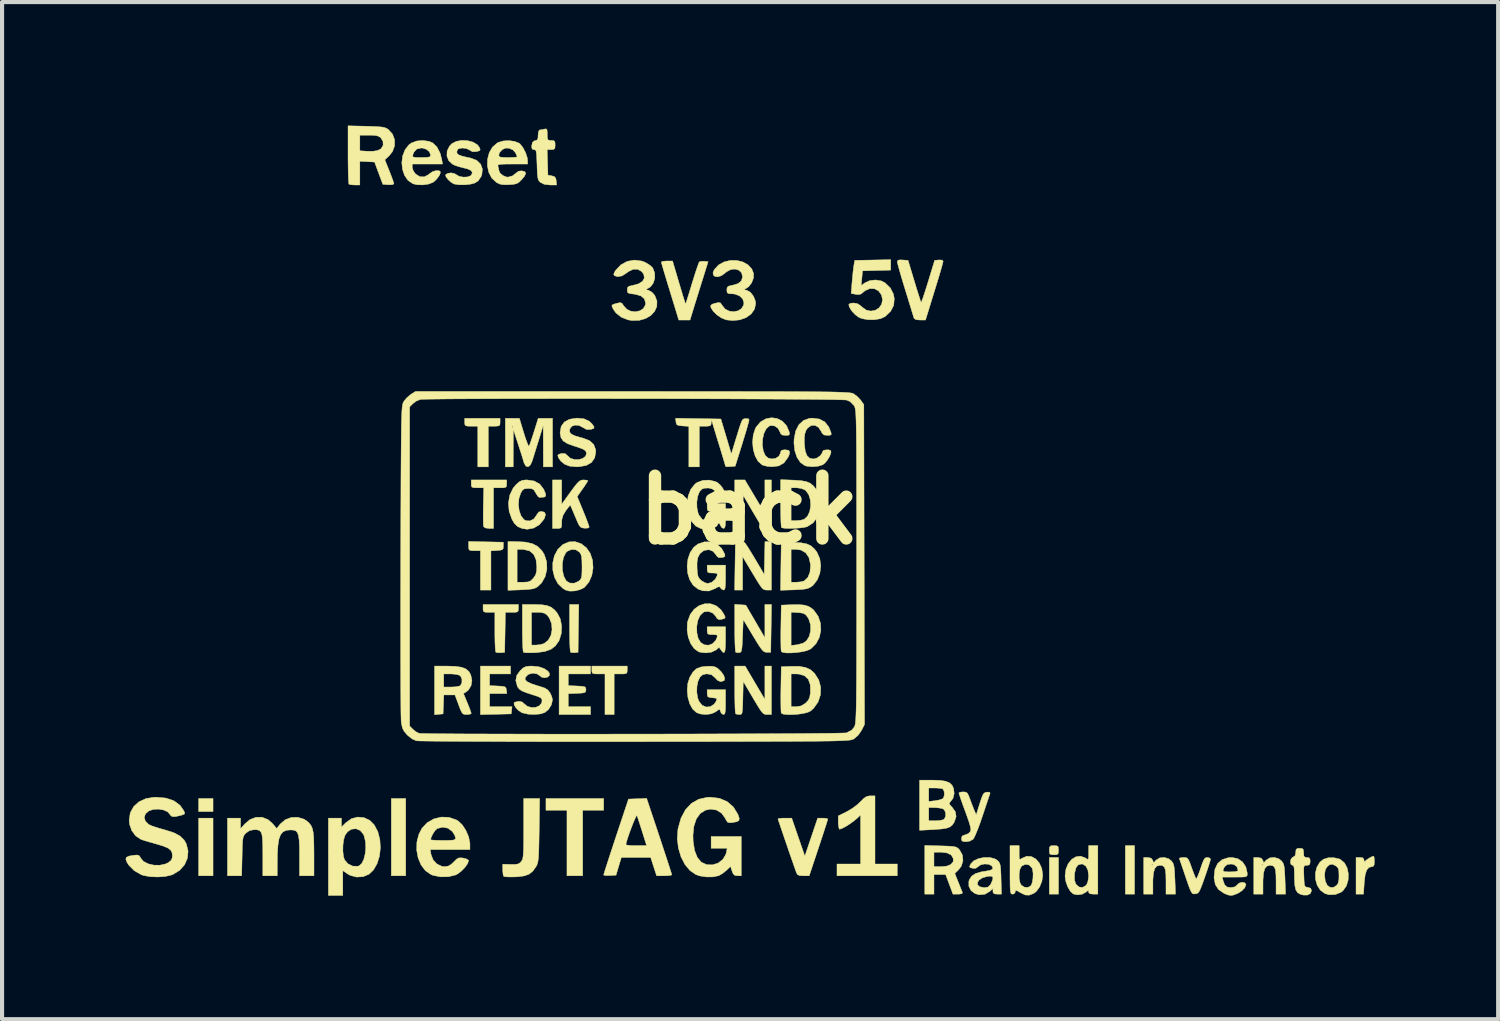
<source format=kicad_pcb>
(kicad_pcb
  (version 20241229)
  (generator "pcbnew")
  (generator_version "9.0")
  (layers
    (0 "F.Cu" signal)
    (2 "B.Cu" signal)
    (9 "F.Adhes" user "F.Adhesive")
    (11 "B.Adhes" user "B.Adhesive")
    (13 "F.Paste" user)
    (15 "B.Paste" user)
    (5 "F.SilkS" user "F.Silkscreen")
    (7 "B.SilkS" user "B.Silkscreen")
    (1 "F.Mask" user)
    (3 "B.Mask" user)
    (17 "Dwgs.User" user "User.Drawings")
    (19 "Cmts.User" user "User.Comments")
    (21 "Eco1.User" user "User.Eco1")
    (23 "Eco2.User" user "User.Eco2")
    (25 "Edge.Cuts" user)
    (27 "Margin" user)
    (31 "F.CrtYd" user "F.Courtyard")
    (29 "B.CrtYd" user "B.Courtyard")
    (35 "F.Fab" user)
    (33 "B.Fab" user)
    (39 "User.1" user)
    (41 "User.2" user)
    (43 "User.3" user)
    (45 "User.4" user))
  (footprint "back"
    (layer "F.Cu")
    (at 15.141 9.336)
    (property "Reference" "back" (at 0 0 0) (layer "F.SilkS") (effects (font (size 1.524 1.524) (thickness 0.3))))
    (attr through_hole)
    (fp_poly (pts (xy -13.018 7.321) (xy -13.368 7.321) (xy -13.368 7.003) (xy -13.018 7.003) (xy -13.018 7.321)) (stroke (width 0.01) (type solid)) (fill yes) (layer "F.SilkS"))
    (fp_poly (pts (xy -13.018 8.88) (xy -13.368 8.88) (xy -13.368 7.48) (xy -13.018 7.48) (xy -13.018 8.88)) (stroke (width 0.01) (type solid)) (fill yes) (layer "F.SilkS"))
    (fp_poly (pts (xy -8.339 8.88) (xy -8.689 8.88) (xy -8.689 7.003) (xy -8.339 7.003) (xy -8.339 8.88)) (stroke (width 0.01) (type solid)) (fill yes) (layer "F.SilkS"))
    (fp_poly (pts (xy 7.512 9.326) (xy 7.289 9.326) (xy 7.289 8.435) (xy 7.512 8.435) (xy 7.512 9.326)) (stroke (width 0.01) (type solid)) (fill yes) (layer "F.SilkS"))
    (fp_poly (pts (xy 9.358 9.326) (xy 9.135 9.326) (xy 9.135 8.148) (xy 9.358 8.148) (xy 9.358 9.326)) (stroke (width 0.01) (type solid)) (fill yes) (layer "F.SilkS"))
    (fp_poly (pts (xy -3.533 7.289) (xy -4.042 7.289) (xy -4.042 8.88) (xy -4.424 8.88) (xy -4.424 7.289) (xy -4.934 7.289) (xy -4.934 7.003) (xy -3.533 7.003) (xy -3.533 7.289)) (stroke (width 0.01) (type solid)) (fill yes) (layer "F.SilkS"))
    (fp_poly (pts (xy -4.145 2.873) (xy -4.154 3.454) (xy -4.235 3.463) (xy -4.304 3.462) (xy -4.338 3.45) (xy -4.345 3.412) (xy -4.352 3.321) (xy -4.357 3.188) (xy -4.36 3.023) (xy -4.361 2.859) (xy -4.361 2.292) (xy -4.136 2.292) (xy -4.145 2.873)) (stroke (width 0.01) (type solid)) (fill yes) (layer "F.SilkS"))
    (fp_poly (pts (xy -6.048 -2.133) (xy -6.052 -2.074) (xy -6.076 -2.046) (xy -6.137 -2.038) (xy -6.191 -2.037) (xy -6.334 -2.037) (xy -6.334 -1.05) (xy -6.589 -1.05) (xy -6.589 -2.037) (xy -6.748 -2.037) (xy -6.842 -2.039) (xy -6.889 -2.052) (xy -6.905 -2.085) (xy -6.907 -2.133) (xy -6.907 -2.228) (xy -6.048 -2.228) (xy -6.048 -2.133)) (stroke (width 0.01) (type solid)) (fill yes) (layer "F.SilkS"))
    (fp_poly (pts (xy -5.968 0.78) (xy -5.968 0.875) (xy -5.972 0.933) (xy -5.996 0.963) (xy -6.057 0.976) (xy -6.119 0.981) (xy -6.27 0.99) (xy -6.27 1.942) (xy -6.525 1.942) (xy -6.525 0.987) (xy -6.668 0.987) (xy -6.756 0.984) (xy -6.798 0.968) (xy -6.811 0.925) (xy -6.812 0.874) (xy -6.812 0.762) (xy -5.968 0.78)) (stroke (width 0.01) (type solid)) (fill yes) (layer "F.SilkS"))
    (fp_poly (pts (xy -2.96 3.883) (xy -2.964 3.94) (xy -2.985 3.968) (xy -3.041 3.978) (xy -3.119 3.979) (xy -3.278 3.979) (xy -3.278 4.965) (xy -3.501 4.965) (xy -3.501 3.979) (xy -3.66 3.979) (xy -3.755 3.977) (xy -3.802 3.964) (xy -3.818 3.93) (xy -3.82 3.883) (xy -3.82 3.788) (xy -2.96 3.788) (xy -2.96 3.883)) (stroke (width 0.01) (type solid)) (fill yes) (layer "F.SilkS"))
    (fp_poly (pts (xy 7.475 8.153) (xy 7.506 8.181) (xy 7.512 8.251) (xy 7.512 8.26) (xy 7.507 8.334) (xy 7.479 8.365) (xy 7.409 8.371) (xy 7.4 8.371) (xy 7.326 8.366) (xy 7.295 8.338) (xy 7.289 8.268) (xy 7.289 8.26) (xy 7.294 8.185) (xy 7.322 8.154) (xy 7.392 8.148) (xy 7.4 8.148) (xy 7.475 8.153)) (stroke (width 0.01) (type solid)) (fill yes) (layer "F.SilkS"))
    (fp_poly (pts (xy -5.793 3.979) (xy -6.302 3.979) (xy -6.302 4.262) (xy -6.103 4.272) (xy -5.994 4.278) (xy -5.934 4.291) (xy -5.906 4.316) (xy -5.895 4.36) (xy -5.894 4.369) (xy -5.884 4.456) (xy -6.302 4.456) (xy -6.302 4.774) (xy -5.757 4.774) (xy -5.767 4.862) (xy -5.777 4.949) (xy -6.151 4.958) (xy -6.525 4.967) (xy -6.525 3.788) (xy -5.793 3.788) (xy -5.793 3.979)) (stroke (width 0.01) (type solid)) (fill yes) (layer "F.SilkS"))
    (fp_poly (pts (xy 0.139 -0.326) (xy 0.381 0.08) (xy 0.382 -0.326) (xy 0.382 -0.732) (xy 0.541 -0.732) (xy 0.541 0.446) (xy 0.433 0.446) (xy 0.39 0.443) (xy 0.353 0.431) (xy 0.316 0.4) (xy 0.271 0.342) (xy 0.212 0.249) (xy 0.131 0.112) (xy 0.091 0.044) (xy -0.143 -0.357) (xy -0.152 0.044) (xy -0.161 0.446) (xy -0.35 0.446) (xy -0.35 -0.732) (xy -0.103 -0.732) (xy 0.139 -0.326)) (stroke (width 0.01) (type solid)) (fill yes) (layer "F.SilkS"))
    (fp_poly (pts (xy -3.851 3.979) (xy -4.392 3.979) (xy -4.392 4.262) (xy -4.178 4.272) (xy -4.064 4.278) (xy -3.999 4.289) (xy -3.971 4.309) (xy -3.963 4.346) (xy -3.963 4.361) (xy -3.967 4.403) (xy -3.988 4.428) (xy -4.04 4.441) (xy -4.138 4.448) (xy -4.178 4.45) (xy -4.392 4.459) (xy -4.392 4.774) (xy -3.851 4.774) (xy -3.851 4.965) (xy -4.615 4.965) (xy -4.615 3.788) (xy -3.851 3.788) (xy -3.851 3.979)) (stroke (width 0.01) (type solid)) (fill yes) (layer "F.SilkS"))
    (fp_poly (pts (xy -5.888 -0.637) (xy -5.892 -0.58) (xy -5.913 -0.552) (xy -5.969 -0.542) (xy -6.048 -0.541) (xy -6.207 -0.541) (xy -6.207 0.446) (xy -6.319 0.446) (xy -6.403 0.434) (xy -6.447 0.404) (xy -6.448 0.402) (xy -6.454 0.356) (xy -6.457 0.259) (xy -6.458 0.124) (xy -6.456 -0.036) (xy -6.455 -0.091) (xy -6.445 -0.541) (xy -6.597 -0.541) (xy -6.688 -0.544) (xy -6.732 -0.558) (xy -6.747 -0.595) (xy -6.748 -0.637) (xy -6.748 -0.732) (xy -5.888 -0.732) (xy -5.888 -0.637)) (stroke (width 0.01) (type solid)) (fill yes) (layer "F.SilkS"))
    (fp_poly (pts (xy -5.602 2.387) (xy -5.606 2.444) (xy -5.627 2.472) (xy -5.683 2.482) (xy -5.76 2.483) (xy -5.919 2.483) (xy -5.927 2.968) (xy -5.936 3.454) (xy -6.033 3.463) (xy -6.108 3.463) (xy -6.152 3.45) (xy -6.16 3.411) (xy -6.167 3.321) (xy -6.172 3.191) (xy -6.175 3.032) (xy -6.175 2.955) (xy -6.175 2.483) (xy -6.318 2.483) (xy -6.406 2.48) (xy -6.448 2.464) (xy -6.461 2.423) (xy -6.461 2.387) (xy -6.461 2.292) (xy -5.602 2.292) (xy -5.602 2.387)) (stroke (width 0.01) (type solid)) (fill yes) (layer "F.SilkS"))
    (fp_poly (pts (xy 15.176 8.431) (xy 15.182 8.502) (xy 15.183 8.53) (xy 15.177 8.614) (xy 15.154 8.651) (xy 15.124 8.658) (xy 15.049 8.678) (xy 14.995 8.742) (xy 14.959 8.856) (xy 14.938 9.026) (xy 14.936 9.054) (xy 14.919 9.326) (xy 14.737 9.326) (xy 14.737 8.435) (xy 14.833 8.435) (xy 14.902 8.444) (xy 14.928 8.482) (xy 14.931 8.506) (xy 14.938 8.546) (xy 14.949 8.538) (xy 14.985 8.499) (xy 15.053 8.453) (xy 15.123 8.415) (xy 15.165 8.403) (xy 15.176 8.431)) (stroke (width 0.01) (type solid)) (fill yes) (layer "F.SilkS"))
    (fp_poly (pts (xy 0.541 1.942) (xy 0.434 1.942) (xy 0.391 1.939) (xy 0.354 1.927) (xy 0.316 1.896) (xy 0.271 1.838) (xy 0.21 1.745) (xy 0.128 1.609) (xy 0.084 1.536) (xy -0.159 1.13) (xy -0.159 1.942) (xy -0.352 1.942) (xy -0.343 1.361) (xy -0.334 0.78) (xy -0.239 0.772) (xy -0.16 0.773) (xy -0.11 0.787) (xy -0.083 0.823) (xy -0.03 0.902) (xy 0.04 1.015) (xy 0.122 1.15) (xy 0.144 1.187) (xy 0.366 1.563) (xy 0.375 1.163) (xy 0.384 0.764) (xy 0.541 0.764) (xy 0.541 1.942)) (stroke (width 0.01) (type solid)) (fill yes) (layer "F.SilkS"))
    (fp_poly (pts (xy 3.056 8.594) (xy 3.597 8.594) (xy 3.597 8.88) (xy 2.133 8.88) (xy 2.133 8.594) (xy 2.706 8.594) (xy 2.706 7.404) (xy 2.618 7.487) (xy 2.536 7.555) (xy 2.438 7.625) (xy 2.34 7.687) (xy 2.255 7.731) (xy 2.201 7.749) (xy 2.192 7.748) (xy 2.176 7.709) (xy 2.166 7.628) (xy 2.164 7.578) (xy 2.164 7.425) (xy 2.367 7.325) (xy 2.502 7.246) (xy 2.631 7.149) (xy 2.702 7.082) (xy 2.787 6.998) (xy 2.855 6.954) (xy 2.926 6.939) (xy 2.945 6.939) (xy 3.056 6.939) (xy 3.056 8.594)) (stroke (width 0.01) (type solid)) (fill yes) (layer "F.SilkS"))
    (fp_poly (pts (xy 0.382 4.599) (xy 0.382 3.788) (xy 0.541 3.788) (xy 0.541 4.965) (xy 0.436 4.965) (xy 0.394 4.963) (xy 0.357 4.949) (xy 0.32 4.917) (xy 0.274 4.857) (xy 0.213 4.762) (xy 0.129 4.623) (xy 0.094 4.563) (xy -0.143 4.16) (xy -0.152 4.563) (xy -0.156 4.729) (xy -0.161 4.841) (xy -0.169 4.911) (xy -0.182 4.948) (xy -0.202 4.963) (xy -0.232 4.965) (xy -0.234 4.965) (xy -0.301 4.957) (xy -0.329 4.944) (xy -0.336 4.907) (xy -0.342 4.817) (xy -0.346 4.684) (xy -0.349 4.519) (xy -0.35 4.355) (xy -0.35 3.788) (xy -0.097 3.788) (xy 0.382 4.599)) (stroke (width 0.01) (type solid)) (fill yes) (layer "F.SilkS"))
    (fp_poly (pts (xy -0.215 2.298) (xy -0.081 2.308) (xy 0.151 2.705) (xy 0.382 3.102) (xy 0.382 2.292) (xy 0.543 2.292) (xy 0.534 2.873) (xy 0.525 3.454) (xy 0.43 3.454) (xy 0.39 3.45) (xy 0.354 3.433) (xy 0.314 3.394) (xy 0.263 3.326) (xy 0.195 3.22) (xy 0.102 3.067) (xy 0.095 3.056) (xy -0.143 2.658) (xy -0.159 3.056) (xy -0.166 3.221) (xy -0.174 3.334) (xy -0.184 3.404) (xy -0.199 3.442) (xy -0.221 3.458) (xy -0.24 3.463) (xy -0.303 3.461) (xy -0.328 3.45) (xy -0.335 3.412) (xy -0.341 3.321) (xy -0.346 3.188) (xy -0.349 3.023) (xy -0.35 2.858) (xy -0.35 2.288) (xy -0.215 2.298)) (stroke (width 0.01) (type solid)) (fill yes) (layer "F.SilkS"))
    (fp_poly (pts (xy 1.865 7.485) (xy 1.907 7.499) (xy 1.91 7.504) (xy 1.9 7.54) (xy 1.873 7.627) (xy 1.831 7.757) (xy 1.778 7.92) (xy 1.716 8.108) (xy 1.684 8.204) (xy 1.459 8.88) (xy 1.317 8.88) (xy 1.225 8.875) (xy 1.175 8.852) (xy 1.15 8.809) (xy 1.122 8.732) (xy 1.081 8.615) (xy 1.03 8.469) (xy 0.972 8.303) (xy 0.913 8.129) (xy 0.854 7.958) (xy 0.8 7.799) (xy 0.754 7.663) (xy 0.72 7.562) (xy 0.702 7.506) (xy 0.7 7.498) (xy 0.729 7.488) (xy 0.803 7.481) (xy 0.867 7.48) (xy 1.034 7.48) (xy 1.193 7.941) (xy 1.352 8.402) (xy 1.664 7.48) (xy 1.787 7.48) (xy 1.865 7.485)) (stroke (width 0.01) (type solid)) (fill yes) (layer "F.SilkS"))
    (fp_poly (pts (xy -5.658 0.765) (xy -5.436 0.777) (xy -5.264 0.815) (xy -5.133 0.884) (xy -5.031 0.987) (xy -4.973 1.083) (xy -4.917 1.255) (xy -4.911 1.437) (xy -4.952 1.612) (xy -5.037 1.765) (xy -5.135 1.86) (xy -5.191 1.892) (xy -5.262 1.914) (xy -5.365 1.927) (xy -5.514 1.936) (xy -5.541 1.937) (xy -5.857 1.948) (xy -5.857 0.955) (xy -5.634 0.955) (xy -5.634 1.751) (xy -5.478 1.751) (xy -5.375 1.745) (xy -5.308 1.72) (xy -5.248 1.663) (xy -5.239 1.653) (xy -5.186 1.575) (xy -5.162 1.488) (xy -5.156 1.384) (xy -5.175 1.204) (xy -5.233 1.074) (xy -5.331 0.992) (xy -5.471 0.957) (xy -5.521 0.955) (xy -5.634 0.955) (xy -5.857 0.955) (xy -5.857 0.764) (xy -5.658 0.765)) (stroke (width 0.01) (type solid)) (fill yes) (layer "F.SilkS"))
    (fp_poly (pts (xy -5.098 7.774) (xy -5.102 8.019) (xy -5.106 8.208) (xy -5.111 8.351) (xy -5.118 8.456) (xy -5.128 8.531) (xy -5.141 8.586) (xy -5.158 8.628) (xy -5.172 8.654) (xy -5.251 8.766) (xy -5.342 8.84) (xy -5.459 8.883) (xy -5.619 8.904) (xy -5.676 8.907) (xy -5.799 8.909) (xy -5.898 8.906) (xy -5.954 8.897) (xy -5.96 8.894) (xy -5.975 8.85) (xy -5.983 8.767) (xy -5.984 8.734) (xy -5.984 8.599) (xy -5.79 8.604) (xy -5.678 8.604) (xy -5.608 8.592) (xy -5.561 8.563) (xy -5.536 8.535) (xy -5.516 8.506) (xy -5.501 8.47) (xy -5.49 8.417) (xy -5.483 8.339) (xy -5.478 8.227) (xy -5.476 8.074) (xy -5.475 7.871) (xy -5.475 7.731) (xy -5.475 7.003) (xy -5.087 7.003) (xy -5.098 7.774)) (stroke (width 0.01) (type solid)) (fill yes) (layer "F.SilkS"))
    (fp_poly (pts (xy 1.068 0.784) (xy 1.257 0.794) (xy 1.398 0.82) (xy 1.504 0.87) (xy 1.59 0.948) (xy 1.647 1.024) (xy 1.716 1.18) (xy 1.739 1.355) (xy 1.718 1.531) (xy 1.656 1.692) (xy 1.556 1.822) (xy 1.516 1.855) (xy 1.459 1.888) (xy 1.393 1.911) (xy 1.301 1.925) (xy 1.168 1.934) (xy 1.089 1.937) (xy 0.762 1.947) (xy 0.771 1.364) (xy 0.777 0.955) (xy 1.019 0.955) (xy 1.019 1.751) (xy 1.148 1.751) (xy 1.247 1.743) (xy 1.327 1.723) (xy 1.339 1.718) (xy 1.424 1.638) (xy 1.476 1.512) (xy 1.491 1.352) (xy 1.488 1.31) (xy 1.451 1.151) (xy 1.372 1.036) (xy 1.256 0.97) (xy 1.145 0.955) (xy 1.019 0.955) (xy 0.777 0.955) (xy 0.78 0.78) (xy 1.068 0.784)) (stroke (width 0.01) (type solid)) (fill yes) (layer "F.SilkS"))
    (fp_poly (pts (xy -1.704 -5.522) (xy -1.653 -5.352) (xy -1.609 -5.205) (xy -1.573 -5.092) (xy -1.55 -5.023) (xy -1.542 -5.005) (xy -1.531 -5.037) (xy -1.505 -5.119) (xy -1.467 -5.241) (xy -1.42 -5.394) (xy -1.386 -5.507) (xy -1.333 -5.675) (xy -1.286 -5.822) (xy -1.247 -5.936) (xy -1.22 -6.008) (xy -1.211 -6.026) (xy -1.164 -6.042) (xy -1.091 -6.042) (xy -0.996 -6.032) (xy -1.135 -5.586) (xy -1.194 -5.399) (xy -1.253 -5.208) (xy -1.308 -5.033) (xy -1.35 -4.894) (xy -1.355 -4.878) (xy -1.436 -4.615) (xy -1.709 -4.615) (xy -1.921 -5.308) (xy -1.982 -5.507) (xy -2.036 -5.686) (xy -2.081 -5.836) (xy -2.113 -5.948) (xy -2.131 -6.012) (xy -2.133 -6.024) (xy -2.104 -6.038) (xy -2.033 -6.047) (xy -1.996 -6.048) (xy -1.859 -6.048) (xy -1.704 -5.522)) (stroke (width 0.01) (type solid)) (fill yes) (layer "F.SilkS"))
    (fp_poly (pts (xy 10.19 8.468) (xy 10.249 8.515) (xy 10.283 8.556) (xy 10.305 8.603) (xy 10.32 8.672) (xy 10.33 8.774) (xy 10.337 8.924) (xy 10.339 8.96) (xy 10.353 9.326) (xy 10.122 9.326) (xy 10.122 9.014) (xy 10.119 8.849) (xy 10.107 8.737) (xy 10.082 8.67) (xy 10.041 8.636) (xy 9.98 8.626) (xy 9.974 8.626) (xy 9.9 8.645) (xy 9.849 8.705) (xy 9.818 8.813) (xy 9.804 8.975) (xy 9.804 9.047) (xy 9.804 9.326) (xy 9.581 9.326) (xy 9.581 8.61) (xy 9.772 8.61) (xy 9.788 8.626) (xy 9.804 8.61) (xy 9.788 8.594) (xy 9.772 8.61) (xy 9.581 8.61) (xy 9.581 8.435) (xy 9.677 8.435) (xy 9.76 8.452) (xy 9.798 8.5) (xy 9.822 8.566) (xy 9.881 8.5) (xy 9.971 8.445) (xy 10.081 8.434) (xy 10.19 8.468)) (stroke (width 0.01) (type solid)) (fill yes) (layer "F.SilkS"))
    (fp_poly (pts (xy 12.863 8.468) (xy 12.923 8.515) (xy 12.956 8.556) (xy 12.979 8.603) (xy 12.994 8.672) (xy 13.003 8.774) (xy 13.011 8.924) (xy 13.012 8.96) (xy 13.026 9.326) (xy 12.795 9.326) (xy 12.795 9.014) (xy 12.792 8.849) (xy 12.78 8.737) (xy 12.756 8.67) (xy 12.715 8.636) (xy 12.654 8.626) (xy 12.648 8.626) (xy 12.574 8.645) (xy 12.522 8.705) (xy 12.491 8.813) (xy 12.478 8.975) (xy 12.477 9.047) (xy 12.477 9.326) (xy 12.254 9.326) (xy 12.254 8.61) (xy 12.445 8.61) (xy 12.461 8.626) (xy 12.477 8.61) (xy 12.461 8.594) (xy 12.445 8.61) (xy 12.254 8.61) (xy 12.254 8.435) (xy 12.351 8.435) (xy 12.434 8.452) (xy 12.472 8.5) (xy 12.496 8.566) (xy 12.555 8.5) (xy 12.644 8.445) (xy 12.755 8.434) (xy 12.863 8.468)) (stroke (width 0.01) (type solid)) (fill yes) (layer "F.SilkS"))
    (fp_poly (pts (xy -5.473 -1.878) (xy -5.43 -1.742) (xy -5.391 -1.636) (xy -5.362 -1.568) (xy -5.346 -1.551) (xy -5.329 -1.59) (xy -5.298 -1.676) (xy -5.258 -1.796) (xy -5.224 -1.902) (xy -5.122 -2.228) (xy -4.774 -2.228) (xy -4.774 -1.05) (xy -4.997 -1.05) (xy -4.999 -1.552) (xy -5 -2.053) (xy -5.114 -1.687) (xy -5.163 -1.53) (xy -5.209 -1.382) (xy -5.246 -1.262) (xy -5.267 -1.194) (xy -5.313 -1.094) (xy -5.367 -1.051) (xy -5.421 -1.067) (xy -5.465 -1.142) (xy -5.473 -1.168) (xy -5.497 -1.249) (xy -5.535 -1.372) (xy -5.582 -1.517) (xy -5.616 -1.623) (xy -5.725 -1.958) (xy -5.727 -1.504) (xy -5.729 -1.05) (xy -5.92 -1.05) (xy -5.92 -2.021) (xy -5.761 -2.021) (xy -5.745 -2.005) (xy -5.729 -2.021) (xy -5.745 -2.037) (xy -5.761 -2.021) (xy -5.92 -2.021) (xy -5.92 -2.228) (xy -5.579 -2.228) (xy -5.473 -1.878)) (stroke (width 0.01) (type solid)) (fill yes) (layer "F.SilkS"))
    (fp_poly (pts (xy 3.728 -6.073) (xy 3.859 -6.064) (xy 4.011 -5.561) (xy 4.062 -5.392) (xy 4.108 -5.246) (xy 4.144 -5.132) (xy 4.168 -5.062) (xy 4.176 -5.044) (xy 4.189 -5.069) (xy 4.217 -5.144) (xy 4.257 -5.262) (xy 4.305 -5.412) (xy 4.347 -5.547) (xy 4.504 -6.064) (xy 4.608 -6.074) (xy 4.688 -6.07) (xy 4.711 -6.042) (xy 4.702 -6) (xy 4.677 -5.907) (xy 4.638 -5.772) (xy 4.588 -5.604) (xy 4.529 -5.412) (xy 4.497 -5.308) (xy 4.283 -4.615) (xy 4.149 -4.615) (xy 4.055 -4.623) (xy 4.008 -4.651) (xy 3.999 -4.671) (xy 3.985 -4.717) (xy 3.955 -4.814) (xy 3.913 -4.952) (xy 3.861 -5.121) (xy 3.803 -5.31) (xy 3.79 -5.352) (xy 3.731 -5.544) (xy 3.68 -5.717) (xy 3.639 -5.862) (xy 3.61 -5.968) (xy 3.597 -6.025) (xy 3.597 -6.031) (xy 3.61 -6.064) (xy 3.659 -6.076) (xy 3.728 -6.073)) (stroke (width 0.01) (type solid)) (fill yes) (layer "F.SilkS"))
    (fp_poly (pts (xy 14.33 8.471) (xy 14.356 8.483) (xy 14.457 8.568) (xy 14.522 8.691) (xy 14.551 8.835) (xy 14.545 8.985) (xy 14.503 9.125) (xy 14.423 9.239) (xy 14.374 9.279) (xy 14.238 9.334) (xy 14.088 9.341) (xy 13.982 9.312) (xy 13.87 9.23) (xy 13.793 9.11) (xy 13.753 8.966) (xy 13.752 8.873) (xy 13.973 8.873) (xy 13.99 9.011) (xy 14.037 9.109) (xy 14.105 9.161) (xy 14.187 9.162) (xy 14.265 9.114) (xy 14.302 9.06) (xy 14.32 8.974) (xy 14.323 8.877) (xy 14.319 8.766) (xy 14.303 8.699) (xy 14.268 8.656) (xy 14.253 8.644) (xy 14.167 8.6) (xy 14.097 8.61) (xy 14.037 8.658) (xy 13.991 8.731) (xy 13.974 8.842) (xy 13.973 8.873) (xy 13.752 8.873) (xy 13.75 8.815) (xy 13.785 8.672) (xy 13.858 8.55) (xy 13.947 8.478) (xy 14.062 8.443) (xy 14.2 8.441) (xy 14.33 8.471)) (stroke (width 0.01) (type solid)) (fill yes) (layer "F.SilkS"))
    (fp_poly (pts (xy -5.037 2.298) (xy -4.904 2.319) (xy -4.802 2.362) (xy -4.717 2.432) (xy -4.658 2.503) (xy -4.585 2.645) (xy -4.553 2.817) (xy -4.561 2.996) (xy -4.612 3.161) (xy -4.622 3.18) (xy -4.705 3.299) (xy -4.814 3.381) (xy -4.96 3.433) (xy -5.154 3.46) (xy -5.202 3.463) (xy -5.324 3.466) (xy -5.422 3.463) (xy -5.477 3.455) (xy -5.483 3.451) (xy -5.49 3.413) (xy -5.497 3.322) (xy -5.502 3.188) (xy -5.506 3.023) (xy -5.507 2.859) (xy -5.507 2.483) (xy -5.284 2.483) (xy -5.284 3.278) (xy -5.174 3.278) (xy -5.071 3.267) (xy -4.983 3.242) (xy -4.881 3.163) (xy -4.814 3.046) (xy -4.786 2.907) (xy -4.797 2.761) (xy -4.85 2.624) (xy -4.904 2.552) (xy -4.966 2.506) (xy -5.054 2.485) (xy -5.126 2.483) (xy -5.284 2.483) (xy -5.507 2.483) (xy -5.507 2.292) (xy -5.218 2.292) (xy -5.037 2.298)) (stroke (width 0.01) (type solid)) (fill yes) (layer "F.SilkS"))
    (fp_poly (pts (xy 1.219 3.795) (xy 1.372 3.822) (xy 1.491 3.877) (xy 1.587 3.963) (xy 1.69 4.124) (xy 1.738 4.303) (xy 1.732 4.485) (xy 1.674 4.66) (xy 1.566 4.813) (xy 1.488 4.881) (xy 1.417 4.914) (xy 1.309 4.939) (xy 1.181 4.958) (xy 1.049 4.967) (xy 0.927 4.967) (xy 0.834 4.956) (xy 0.783 4.934) (xy 0.779 4.928) (xy 0.774 4.883) (xy 0.771 4.785) (xy 0.769 4.647) (xy 0.769 4.48) (xy 0.771 4.344) (xy 0.777 3.979) (xy 1.019 3.979) (xy 1.019 4.774) (xy 1.145 4.774) (xy 1.261 4.756) (xy 1.362 4.694) (xy 1.373 4.684) (xy 1.436 4.618) (xy 1.47 4.545) (xy 1.487 4.438) (xy 1.488 4.419) (xy 1.484 4.24) (xy 1.436 4.108) (xy 1.344 4.022) (xy 1.209 3.982) (xy 1.148 3.979) (xy 1.019 3.979) (xy 0.777 3.979) (xy 0.78 3.804) (xy 1.019 3.794) (xy 1.219 3.795)) (stroke (width 0.01) (type solid)) (fill yes) (layer "F.SilkS"))
    (fp_poly (pts (xy 1.336 2.307) (xy 1.437 2.336) (xy 1.52 2.387) (xy 1.571 2.432) (xy 1.675 2.577) (xy 1.732 2.744) (xy 1.741 2.92) (xy 1.705 3.091) (xy 1.625 3.243) (xy 1.503 3.364) (xy 1.47 3.384) (xy 1.388 3.417) (xy 1.274 3.442) (xy 1.144 3.46) (xy 1.013 3.469) (xy 0.898 3.468) (xy 0.815 3.455) (xy 0.78 3.433) (xy 0.774 3.387) (xy 0.771 3.289) (xy 0.771 3.287) (xy 1.019 3.287) (xy 1.166 3.27) (xy 1.31 3.232) (xy 1.394 3.172) (xy 1.461 3.064) (xy 1.493 2.925) (xy 1.489 2.777) (xy 1.446 2.643) (xy 1.426 2.61) (xy 1.374 2.543) (xy 1.319 2.508) (xy 1.236 2.493) (xy 1.185 2.489) (xy 1.019 2.479) (xy 1.019 3.287) (xy 0.771 3.287) (xy 0.769 3.151) (xy 0.769 2.984) (xy 0.771 2.848) (xy 0.78 2.308) (xy 1.019 2.298) (xy 1.201 2.295) (xy 1.336 2.307)) (stroke (width 0.01) (type solid)) (fill yes) (layer "F.SilkS"))
    (fp_poly (pts (xy 4.65 8.154) (xy 4.812 8.159) (xy 4.924 8.165) (xy 4.997 8.176) (xy 5.045 8.193) (xy 5.081 8.22) (xy 5.111 8.254) (xy 5.179 8.377) (xy 5.192 8.514) (xy 5.152 8.646) (xy 5.091 8.728) (xy 4.994 8.825) (xy 5.079 9.036) (xy 5.123 9.146) (xy 5.159 9.236) (xy 5.179 9.285) (xy 5.179 9.286) (xy 5.168 9.314) (xy 5.1 9.325) (xy 5.072 9.326) (xy 4.949 9.325) (xy 4.86 9.087) (xy 4.771 8.849) (xy 4.488 8.849) (xy 4.488 9.326) (xy 4.265 9.326) (xy 4.265 8.308) (xy 4.488 8.308) (xy 4.488 8.658) (xy 4.66 8.658) (xy 4.8 8.645) (xy 4.895 8.606) (xy 4.903 8.599) (xy 4.954 8.539) (xy 4.956 8.465) (xy 4.953 8.455) (xy 4.907 8.376) (xy 4.812 8.327) (xy 4.664 8.308) (xy 4.629 8.308) (xy 4.488 8.308) (xy 4.265 8.308) (xy 4.265 8.143) (xy 4.65 8.154)) (stroke (width 0.01) (type solid)) (fill yes) (layer "F.SilkS"))
    (fp_poly (pts (xy 1.081 -0.727) (xy 1.26 -0.715) (xy 1.39 -0.691) (xy 1.488 -0.649) (xy 1.566 -0.583) (xy 1.642 -0.485) (xy 1.646 -0.48) (xy 1.719 -0.322) (xy 1.742 -0.15) (xy 1.719 0.023) (xy 1.654 0.182) (xy 1.549 0.313) (xy 1.411 0.402) (xy 1.338 0.421) (xy 1.23 0.434) (xy 1.104 0.443) (xy 0.978 0.446) (xy 0.871 0.443) (xy 0.801 0.432) (xy 0.785 0.424) (xy 0.778 0.387) (xy 0.772 0.297) (xy 0.768 0.164) (xy 0.765 -0.001) (xy 0.764 -0.168) (xy 0.764 -0.541) (xy 1.019 -0.541) (xy 1.019 0.255) (xy 1.148 0.255) (xy 1.247 0.247) (xy 1.327 0.227) (xy 1.339 0.222) (xy 1.42 0.145) (xy 1.472 0.029) (xy 1.494 -0.108) (xy 1.485 -0.249) (xy 1.446 -0.377) (xy 1.375 -0.473) (xy 1.351 -0.491) (xy 1.269 -0.524) (xy 1.165 -0.541) (xy 1.147 -0.541) (xy 1.019 -0.541) (xy 0.764 -0.541) (xy 0.764 -0.739) (xy 1.081 -0.727)) (stroke (width 0.01) (type solid)) (fill yes) (layer "F.SilkS"))
    (fp_poly (pts (xy -7.134 3.794) (xy -6.985 3.816) (xy -6.879 3.856) (xy -6.806 3.919) (xy -6.76 4) (xy -6.731 4.133) (xy -6.752 4.263) (xy -6.816 4.369) (xy -6.858 4.405) (xy -6.936 4.455) (xy -6.842 4.683) (xy -6.797 4.795) (xy -6.764 4.884) (xy -6.748 4.934) (xy -6.748 4.938) (xy -6.776 4.956) (xy -6.844 4.965) (xy -6.857 4.965) (xy -6.913 4.963) (xy -6.951 4.946) (xy -6.983 4.904) (xy -7.019 4.824) (xy -7.055 4.727) (xy -7.144 4.488) (xy -7.414 4.488) (xy -7.432 4.949) (xy -7.536 4.959) (xy -7.639 4.969) (xy -7.639 3.979) (xy -7.416 3.979) (xy -7.416 4.297) (xy -7.232 4.297) (xy -7.125 4.291) (xy -7.041 4.275) (xy -7.009 4.259) (xy -6.975 4.188) (xy -6.975 4.102) (xy -7.009 4.031) (xy -7.032 4.012) (xy -7.1 3.992) (xy -7.201 3.98) (xy -7.255 3.979) (xy -7.416 3.979) (xy -7.639 3.979) (xy -7.639 3.788) (xy -7.336 3.788) (xy -7.134 3.794)) (stroke (width 0.01) (type solid)) (fill yes) (layer "F.SilkS"))
    (fp_poly (pts (xy 11.185 8.449) (xy 11.204 8.476) (xy 11.194 8.52) (xy 11.166 8.611) (xy 11.125 8.737) (xy 11.074 8.885) (xy 11.064 8.913) (xy 11.007 9.075) (xy 10.964 9.186) (xy 10.931 9.256) (xy 10.901 9.295) (xy 10.869 9.313) (xy 10.834 9.319) (xy 10.797 9.321) (xy 10.768 9.312) (xy 10.741 9.282) (xy 10.712 9.223) (xy 10.674 9.125) (xy 10.624 8.98) (xy 10.599 8.908) (xy 10.547 8.754) (xy 10.501 8.621) (xy 10.467 8.522) (xy 10.448 8.467) (xy 10.445 8.461) (xy 10.466 8.444) (xy 10.53 8.435) (xy 10.546 8.435) (xy 10.601 8.437) (xy 10.639 8.452) (xy 10.67 8.493) (xy 10.704 8.57) (xy 10.744 8.682) (xy 10.788 8.799) (xy 10.824 8.892) (xy 10.849 8.946) (xy 10.853 8.952) (xy 10.87 8.935) (xy 10.901 8.869) (xy 10.94 8.766) (xy 10.961 8.705) (xy 11.005 8.575) (xy 11.039 8.495) (xy 11.069 8.452) (xy 11.103 8.436) (xy 11.126 8.435) (xy 11.185 8.449)) (stroke (width 0.01) (type solid)) (fill yes) (layer "F.SilkS"))
    (fp_poly (pts (xy -9.353 7.468) (xy -9.211 7.535) (xy -9.104 7.643) (xy -9.016 7.809) (xy -8.967 8) (xy -8.954 8.202) (xy -8.977 8.402) (xy -9.034 8.586) (xy -9.123 8.74) (xy -9.229 8.841) (xy -9.374 8.902) (xy -9.534 8.911) (xy -9.69 8.869) (xy -9.751 8.834) (xy -9.867 8.755) (xy -9.867 9.358) (xy -10.217 9.358) (xy -10.217 8.284) (xy -9.865 8.284) (xy -9.85 8.414) (xy -9.823 8.495) (xy -9.739 8.591) (xy -9.626 8.645) (xy -9.506 8.648) (xy -9.471 8.638) (xy -9.407 8.582) (xy -9.357 8.48) (xy -9.324 8.347) (xy -9.31 8.199) (xy -9.317 8.051) (xy -9.347 7.92) (xy -9.368 7.87) (xy -9.446 7.779) (xy -9.546 7.738) (xy -9.652 7.748) (xy -9.749 7.808) (xy -9.811 7.894) (xy -9.845 8) (xy -9.863 8.138) (xy -9.865 8.284) (xy -10.217 8.284) (xy -10.217 7.48) (xy -9.899 7.48) (xy -9.899 7.696) (xy -9.793 7.591) (xy -9.657 7.494) (xy -9.506 7.454) (xy -9.353 7.468)) (stroke (width 0.01) (type solid)) (fill yes) (layer "F.SilkS"))
    (fp_poly (pts (xy -4.552 -0.143) (xy -4.338 -0.438) (xy -4.244 -0.566) (xy -4.176 -0.65) (xy -4.125 -0.7) (xy -4.081 -0.725) (xy -4.035 -0.732) (xy -4.02 -0.732) (xy -3.949 -0.727) (xy -3.915 -0.716) (xy -3.915 -0.715) (xy -3.932 -0.682) (xy -3.977 -0.612) (xy -4.04 -0.52) (xy -4.045 -0.513) (xy -4.175 -0.329) (xy -4.029 0.025) (xy -3.972 0.166) (xy -3.926 0.286) (xy -3.895 0.373) (xy -3.883 0.414) (xy -3.912 0.436) (xy -3.986 0.44) (xy -3.997 0.44) (xy -4.052 0.432) (xy -4.092 0.414) (xy -4.127 0.372) (xy -4.165 0.296) (xy -4.217 0.173) (xy -4.223 0.159) (xy -4.273 0.04) (xy -4.313 -0.054) (xy -4.338 -0.11) (xy -4.342 -0.119) (xy -4.363 -0.1) (xy -4.409 -0.043) (xy -4.451 0.013) (xy -4.518 0.125) (xy -4.548 0.229) (xy -4.552 0.3) (xy -4.554 0.389) (xy -4.569 0.431) (xy -4.611 0.445) (xy -4.663 0.446) (xy -4.774 0.446) (xy -4.774 -0.732) (xy -4.552 -0.732) (xy -4.552 -0.143)) (stroke (width 0.01) (type solid)) (fill yes) (layer "F.SilkS"))
    (fp_poly (pts (xy 8.467 9.326) (xy 8.355 9.326) (xy 8.276 9.317) (xy 8.245 9.287) (xy 8.244 9.273) (xy 8.239 9.238) (xy 8.215 9.248) (xy 8.186 9.273) (xy 8.088 9.327) (xy 7.97 9.343) (xy 7.87 9.321) (xy 7.799 9.256) (xy 7.736 9.149) (xy 7.69 9.019) (xy 7.684 8.979) (xy 7.9 8.979) (xy 7.929 9.072) (xy 7.938 9.087) (xy 8.011 9.152) (xy 8.096 9.163) (xy 8.175 9.119) (xy 8.194 9.096) (xy 8.225 9.021) (xy 8.242 8.917) (xy 8.244 8.88) (xy 8.226 8.744) (xy 8.178 8.647) (xy 8.103 8.598) (xy 8.071 8.594) (xy 7.99 8.615) (xy 7.937 8.684) (xy 7.906 8.805) (xy 7.901 8.849) (xy 7.9 8.979) (xy 7.684 8.979) (xy 7.671 8.888) (xy 7.671 8.88) (xy 7.692 8.72) (xy 7.748 8.585) (xy 7.832 8.482) (xy 7.934 8.419) (xy 8.047 8.404) (xy 8.16 8.444) (xy 8.173 8.453) (xy 8.213 8.478) (xy 8.234 8.474) (xy 8.243 8.43) (xy 8.244 8.335) (xy 8.244 8.148) (xy 8.467 8.148) (xy 8.467 9.326)) (stroke (width 0.01) (type solid)) (fill yes) (layer "F.SilkS"))
    (fp_poly (pts (xy 13.433 8.218) (xy 13.459 8.25) (xy 13.464 8.323) (xy 13.47 8.399) (xy 13.497 8.43) (xy 13.543 8.435) (xy 13.6 8.445) (xy 13.621 8.489) (xy 13.623 8.53) (xy 13.615 8.598) (xy 13.578 8.623) (xy 13.542 8.626) (xy 13.503 8.628) (xy 13.479 8.643) (xy 13.468 8.684) (xy 13.467 8.763) (xy 13.471 8.888) (xy 13.476 9.017) (xy 13.484 9.096) (xy 13.499 9.137) (xy 13.527 9.154) (xy 13.567 9.161) (xy 13.634 9.182) (xy 13.655 9.234) (xy 13.655 9.245) (xy 13.628 9.312) (xy 13.558 9.348) (xy 13.459 9.349) (xy 13.378 9.326) (xy 13.316 9.287) (xy 13.275 9.223) (xy 13.252 9.123) (xy 13.242 8.975) (xy 13.241 8.898) (xy 13.239 8.763) (xy 13.232 8.679) (xy 13.217 8.637) (xy 13.193 8.626) (xy 13.193 8.626) (xy 13.155 8.602) (xy 13.143 8.545) (xy 13.155 8.481) (xy 13.191 8.434) (xy 13.209 8.426) (xy 13.258 8.391) (xy 13.273 8.314) (xy 13.273 8.31) (xy 13.28 8.241) (xy 13.315 8.215) (xy 13.368 8.212) (xy 13.433 8.218)) (stroke (width 0.01) (type solid)) (fill yes) (layer "F.SilkS"))
    (fp_poly (pts (xy -5.219 -0.706) (xy -5.084 -0.631) (xy -4.99 -0.507) (xy -4.987 -0.5) (xy -4.945 -0.401) (xy -4.939 -0.344) (xy -4.968 -0.318) (xy -4.997 -0.314) (xy -5.066 -0.308) (xy -5.093 -0.306) (xy -5.126 -0.329) (xy -5.169 -0.392) (xy -5.18 -0.414) (xy -5.225 -0.487) (xy -5.277 -0.519) (xy -5.363 -0.525) (xy -5.45 -0.518) (xy -5.502 -0.487) (xy -5.546 -0.414) (xy -5.59 -0.279) (xy -5.602 -0.132) (xy -5.584 0.012) (xy -5.54 0.137) (xy -5.473 0.226) (xy -5.424 0.256) (xy -5.324 0.263) (xy -5.231 0.217) (xy -5.163 0.127) (xy -5.156 0.11) (xy -5.107 0.046) (xy -5.045 0.032) (xy -4.97 0.052) (xy -4.944 0.108) (xy -4.97 0.198) (xy -4.986 0.227) (xy -5.094 0.356) (xy -5.233 0.437) (xy -5.388 0.466) (xy -5.517 0.446) (xy -5.623 0.399) (xy -5.7 0.324) (xy -5.759 0.225) (xy -5.828 0.03) (xy -5.845 -0.171) (xy -5.813 -0.362) (xy -5.732 -0.531) (xy -5.666 -0.612) (xy -5.585 -0.685) (xy -5.516 -0.72) (xy -5.428 -0.732) (xy -5.391 -0.732) (xy -5.219 -0.706)) (stroke (width 0.01) (type solid)) (fill yes) (layer "F.SilkS"))
    (fp_poly (pts (xy -4.909 -9.236) (xy -4.902 -9.172) (xy -4.902 -9.123) (xy -4.899 -9.033) (xy -4.884 -8.99) (xy -4.845 -8.977) (xy -4.806 -8.976) (xy -4.742 -8.97) (xy -4.716 -8.938) (xy -4.711 -8.865) (xy -4.716 -8.79) (xy -4.743 -8.759) (xy -4.807 -8.753) (xy -4.904 -8.753) (xy -4.895 -8.443) (xy -4.886 -8.133) (xy -4.79 -8.117) (xy -4.722 -8.094) (xy -4.692 -8.044) (xy -4.685 -7.997) (xy -4.675 -7.894) (xy -4.833 -7.894) (xy -4.975 -7.91) (xy -5.065 -7.955) (xy -5.098 -7.985) (xy -5.12 -8.023) (xy -5.134 -8.081) (xy -5.143 -8.172) (xy -5.149 -8.309) (xy -5.151 -8.384) (xy -5.157 -8.542) (xy -5.163 -8.648) (xy -5.173 -8.711) (xy -5.188 -8.742) (xy -5.211 -8.752) (xy -5.225 -8.753) (xy -5.268 -8.764) (xy -5.28 -8.81) (xy -5.278 -8.857) (xy -5.259 -8.934) (xy -5.213 -8.967) (xy -5.196 -8.97) (xy -5.149 -8.987) (xy -5.128 -9.033) (xy -5.125 -9.105) (xy -5.115 -9.194) (xy -5.089 -9.231) (xy -5.085 -9.231) (xy -5.023 -9.239) (xy -4.973 -9.251) (xy -4.93 -9.257) (xy -4.909 -9.236)) (stroke (width 0.01) (type solid)) (fill yes) (layer "F.SilkS"))
    (fp_poly (pts (xy 0.682 -2.223) (xy 0.808 -2.158) (xy 0.909 -2.049) (xy 0.972 -1.902) (xy 0.981 -1.843) (xy 0.959 -1.819) (xy 0.891 -1.814) (xy 0.882 -1.814) (xy 0.803 -1.823) (xy 0.764 -1.857) (xy 0.751 -1.893) (xy 0.702 -1.985) (xy 0.621 -2.042) (xy 0.528 -2.053) (xy 0.49 -2.042) (xy 0.415 -1.975) (xy 0.36 -1.865) (xy 0.328 -1.727) (xy 0.322 -1.579) (xy 0.343 -1.438) (xy 0.392 -1.325) (xy 0.464 -1.263) (xy 0.555 -1.242) (xy 0.647 -1.258) (xy 0.722 -1.308) (xy 0.762 -1.386) (xy 0.764 -1.411) (xy 0.782 -1.449) (xy 0.846 -1.463) (xy 0.875 -1.464) (xy 0.955 -1.453) (xy 0.986 -1.415) (xy 0.971 -1.341) (xy 0.94 -1.274) (xy 0.846 -1.147) (xy 0.723 -1.074) (xy 0.562 -1.052) (xy 0.561 -1.052) (xy 0.447 -1.061) (xy 0.347 -1.085) (xy 0.313 -1.099) (xy 0.217 -1.185) (xy 0.145 -1.315) (xy 0.099 -1.475) (xy 0.083 -1.649) (xy 0.099 -1.821) (xy 0.149 -1.977) (xy 0.169 -2.014) (xy 0.274 -2.14) (xy 0.403 -2.216) (xy 0.543 -2.243) (xy 0.682 -2.223)) (stroke (width 0.01) (type solid)) (fill yes) (layer "F.SilkS"))
    (fp_poly (pts (xy 1.705 -2.211) (xy 1.836 -2.142) (xy 1.932 -2.022) (xy 1.987 -1.886) (xy 1.995 -1.838) (xy 1.969 -1.818) (xy 1.9 -1.814) (xy 1.819 -1.824) (xy 1.772 -1.866) (xy 1.75 -1.911) (xy 1.683 -2.011) (xy 1.596 -2.058) (xy 1.503 -2.052) (xy 1.419 -1.992) (xy 1.382 -1.936) (xy 1.351 -1.849) (xy 1.34 -1.732) (xy 1.342 -1.606) (xy 1.361 -1.438) (xy 1.402 -1.325) (xy 1.468 -1.261) (xy 1.562 -1.241) (xy 1.563 -1.241) (xy 1.647 -1.264) (xy 1.725 -1.319) (xy 1.775 -1.388) (xy 1.782 -1.422) (xy 1.809 -1.45) (xy 1.87 -1.463) (xy 1.938 -1.462) (xy 1.983 -1.442) (xy 1.985 -1.439) (xy 1.986 -1.386) (xy 1.954 -1.305) (xy 1.902 -1.217) (xy 1.839 -1.141) (xy 1.787 -1.1) (xy 1.673 -1.065) (xy 1.533 -1.053) (xy 1.401 -1.066) (xy 1.349 -1.082) (xy 1.244 -1.157) (xy 1.162 -1.281) (xy 1.108 -1.441) (xy 1.088 -1.626) (xy 1.092 -1.727) (xy 1.131 -1.924) (xy 1.209 -2.075) (xy 1.322 -2.178) (xy 1.468 -2.229) (xy 1.535 -2.233) (xy 1.705 -2.211)) (stroke (width 0.01) (type solid)) (fill yes) (layer "F.SilkS"))
    (fp_poly (pts (xy 5.258 6.848) (xy 5.298 6.873) (xy 5.33 6.933) (xy 5.359 7.01) (xy 5.403 7.129) (xy 5.447 7.243) (xy 5.466 7.289) (xy 5.514 7.4) (xy 5.598 7.13) (xy 5.641 7) (xy 5.673 6.919) (xy 5.703 6.875) (xy 5.739 6.855) (xy 5.774 6.849) (xy 5.839 6.85) (xy 5.851 6.876) (xy 5.85 6.881) (xy 5.835 6.924) (xy 5.804 7.016) (xy 5.76 7.147) (xy 5.707 7.306) (xy 5.666 7.428) (xy 5.607 7.601) (xy 5.549 7.756) (xy 5.497 7.882) (xy 5.457 7.966) (xy 5.439 7.993) (xy 5.356 8.039) (xy 5.268 8.053) (xy 5.192 8.047) (xy 5.161 8.02) (xy 5.156 7.975) (xy 5.172 7.914) (xy 5.23 7.889) (xy 5.24 7.888) (xy 5.32 7.857) (xy 5.365 7.814) (xy 5.379 7.782) (xy 5.381 7.737) (xy 5.367 7.669) (xy 5.337 7.568) (xy 5.287 7.424) (xy 5.25 7.322) (xy 5.193 7.167) (xy 5.146 7.034) (xy 5.112 6.933) (xy 5.094 6.876) (xy 5.093 6.868) (xy 5.121 6.851) (xy 5.188 6.843) (xy 5.197 6.843) (xy 5.258 6.848)) (stroke (width 0.01) (type solid)) (fill yes) (layer "F.SilkS"))
    (fp_poly (pts (xy -4.079 0.816) (xy -3.951 0.916) (xy -3.859 1.049) (xy -3.802 1.221) (xy -3.79 1.406) (xy -3.82 1.586) (xy -3.89 1.748) (xy -3.996 1.873) (xy -4.016 1.888) (xy -4.101 1.929) (xy -4.212 1.959) (xy -4.255 1.965) (xy -4.369 1.967) (xy -4.458 1.941) (xy -4.52 1.904) (xy -4.643 1.786) (xy -4.725 1.634) (xy -4.767 1.46) (xy -4.768 1.297) (xy -4.536 1.297) (xy -4.534 1.454) (xy -4.504 1.6) (xy -4.445 1.713) (xy -4.438 1.721) (xy -4.353 1.772) (xy -4.247 1.775) (xy -4.144 1.73) (xy -4.133 1.722) (xy -4.097 1.687) (xy -4.075 1.645) (xy -4.063 1.579) (xy -4.059 1.476) (xy -4.058 1.375) (xy -4.061 1.23) (xy -4.069 1.133) (xy -4.087 1.07) (xy -4.116 1.025) (xy -4.119 1.022) (xy -4.209 0.964) (xy -4.315 0.957) (xy -4.413 0.998) (xy -4.45 1.034) (xy -4.508 1.149) (xy -4.536 1.297) (xy -4.768 1.297) (xy -4.768 1.28) (xy -4.728 1.107) (xy -4.647 0.955) (xy -4.525 0.837) (xy -4.523 0.836) (xy -4.376 0.772) (xy -4.224 0.767) (xy -4.079 0.816)) (stroke (width 0.01) (type solid)) (fill yes) (layer "F.SilkS"))
    (fp_poly (pts (xy -1.236 -2.221) (xy -0.686 -2.212) (xy -0.559 -1.788) (xy -0.433 -1.363) (xy -0.342 -1.66) (xy -0.282 -1.856) (xy -0.238 -1.999) (xy -0.204 -2.097) (xy -0.179 -2.161) (xy -0.157 -2.196) (xy -0.134 -2.213) (xy -0.108 -2.22) (xy -0.085 -2.222) (xy -0.018 -2.217) (xy -0.000391 -2.19) (xy -0.01 -2.148) (xy -0.035 -2.055) (xy -0.073 -1.923) (xy -0.122 -1.762) (xy -0.169 -1.607) (xy -0.338 -1.066) (xy -0.455 -1.056) (xy -0.531 -1.053) (xy -0.571 -1.058) (xy -0.573 -1.061) (xy -0.582 -1.094) (xy -0.606 -1.178) (xy -0.644 -1.302) (xy -0.69 -1.456) (xy -0.728 -1.58) (xy -0.782 -1.753) (xy -0.829 -1.909) (xy -0.867 -2.035) (xy -0.892 -2.12) (xy -0.9 -2.148) (xy -0.911 -2.181) (xy -0.918 -2.154) (xy -0.919 -2.125) (xy -0.927 -2.071) (xy -0.955 -2.045) (xy -1.021 -2.037) (xy -1.066 -2.037) (xy -1.21 -2.037) (xy -1.21 -1.05) (xy -1.464 -1.05) (xy -1.464 -2.034) (xy -1.615 -2.043) (xy -1.708 -2.053) (xy -1.754 -2.072) (xy -1.773 -2.114) (xy -1.777 -2.141) (xy -1.787 -2.23) (xy -1.236 -2.221)) (stroke (width 0.01) (type solid)) (fill yes) (layer "F.SilkS"))
    (fp_poly (pts (xy -9.296 -9.321) (xy -9.115 -9.315) (xy -8.986 -9.308) (xy -8.896 -9.298) (xy -8.834 -9.282) (xy -8.788 -9.26) (xy -8.763 -9.243) (xy -8.661 -9.131) (xy -8.609 -8.994) (xy -8.609 -8.847) (xy -8.66 -8.706) (xy -8.739 -8.606) (xy -8.846 -8.505) (xy -8.736 -8.232) (xy -8.688 -8.108) (xy -8.65 -8.005) (xy -8.629 -7.939) (xy -8.626 -7.924) (xy -8.655 -7.904) (xy -8.732 -7.898) (xy -8.76 -7.9) (xy -8.895 -7.91) (xy -8.996 -8.18) (xy -9.096 -8.451) (xy -9.453 -8.47) (xy -9.453 -7.894) (xy -9.575 -7.894) (xy -9.66 -7.899) (xy -9.713 -7.911) (xy -9.719 -7.915) (xy -9.725 -7.952) (xy -9.73 -8.043) (xy -9.735 -8.178) (xy -9.738 -8.349) (xy -9.74 -8.546) (xy -9.74 -8.634) (xy -9.74 -9.103) (xy -9.453 -9.103) (xy -9.453 -8.725) (xy -9.302 -8.715) (xy -9.14 -8.712) (xy -9.026 -8.73) (xy -8.946 -8.77) (xy -8.936 -8.778) (xy -8.888 -8.858) (xy -8.891 -8.952) (xy -8.944 -9.04) (xy -8.993 -9.075) (xy -9.061 -9.095) (xy -9.166 -9.103) (xy -9.231 -9.103) (xy -9.453 -9.103) (xy -9.74 -9.103) (xy -9.74 -9.331) (xy -9.296 -9.321)) (stroke (width 0.01) (type solid)) (fill yes) (layer "F.SilkS"))
    (fp_poly (pts (xy -2.183 7.916) (xy -2.107 8.146) (xy -2.038 8.356) (xy -1.978 8.539) (xy -1.93 8.687) (xy -1.896 8.794) (xy -1.879 8.85) (xy -1.878 8.857) (xy -1.907 8.869) (xy -1.982 8.878) (xy -2.063 8.88) (xy -2.247 8.88) (xy -2.319 8.658) (xy -2.391 8.435) (xy -2.747 8.435) (xy -3.103 8.435) (xy -3.168 8.65) (xy -3.232 8.865) (xy -3.382 8.874) (xy -3.47 8.875) (xy -3.524 8.866) (xy -3.533 8.858) (xy -3.523 8.823) (xy -3.496 8.734) (xy -3.453 8.601) (xy -3.398 8.43) (xy -3.332 8.23) (xy -3.297 8.123) (xy -2.992 8.123) (xy -2.963 8.135) (xy -2.885 8.144) (xy -2.774 8.148) (xy -2.741 8.148) (xy -2.49 8.148) (xy -2.597 7.807) (xy -2.642 7.665) (xy -2.682 7.542) (xy -2.711 7.454) (xy -2.725 7.417) (xy -2.74 7.43) (xy -2.77 7.491) (xy -2.811 7.586) (xy -2.856 7.702) (xy -2.902 7.825) (xy -2.943 7.943) (xy -2.974 8.042) (xy -2.991 8.11) (xy -2.992 8.123) (xy -3.297 8.123) (xy -3.259 8.007) (xy -3.232 7.926) (xy -2.93 7.018) (xy -2.71 7.009) (xy -2.489 7) (xy -2.183 7.916)) (stroke (width 0.01) (type solid)) (fill yes) (layer "F.SilkS"))
    (fp_poly (pts (xy 3.438 -5.827) (xy 2.753 -5.809) (xy 2.737 -5.631) (xy 2.721 -5.453) (xy 2.812 -5.519) (xy 2.929 -5.572) (xy 3.071 -5.588) (xy 3.209 -5.565) (xy 3.298 -5.52) (xy 3.428 -5.395) (xy 3.502 -5.25) (xy 3.524 -5.135) (xy 3.511 -4.973) (xy 3.437 -4.829) (xy 3.302 -4.699) (xy 3.301 -4.699) (xy 3.191 -4.648) (xy 3.046 -4.623) (xy 2.889 -4.623) (xy 2.742 -4.649) (xy 2.664 -4.68) (xy 2.572 -4.748) (xy 2.49 -4.837) (xy 2.434 -4.929) (xy 2.419 -4.989) (xy 2.448 -5.018) (xy 2.527 -5.029) (xy 2.534 -5.029) (xy 2.634 -5.012) (xy 2.72 -4.952) (xy 2.737 -4.934) (xy 2.843 -4.857) (xy 2.955 -4.832) (xy 3.063 -4.852) (xy 3.154 -4.909) (xy 3.216 -4.997) (xy 3.239 -5.107) (xy 3.214 -5.222) (xy 3.143 -5.322) (xy 3.042 -5.375) (xy 2.928 -5.378) (xy 2.817 -5.329) (xy 2.781 -5.299) (xy 2.712 -5.244) (xy 2.639 -5.232) (xy 2.589 -5.239) (xy 2.477 -5.26) (xy 2.499 -5.535) (xy 2.512 -5.679) (xy 2.526 -5.815) (xy 2.539 -5.919) (xy 2.542 -5.936) (xy 2.563 -6.064) (xy 3 -6.072) (xy 3.438 -6.081) (xy 3.438 -5.827)) (stroke (width 0.01) (type solid)) (fill yes) (layer "F.SilkS"))
    (fp_poly (pts (xy 4.633 6.563) (xy 4.771 6.584) (xy 4.867 6.623) (xy 4.929 6.684) (xy 4.964 6.759) (xy 4.979 6.883) (xy 4.95 7.001) (xy 4.883 7.086) (xy 4.86 7.116) (xy 4.873 7.153) (xy 4.928 7.215) (xy 4.932 7.219) (xy 5.009 7.328) (xy 5.026 7.443) (xy 4.982 7.574) (xy 4.981 7.576) (xy 4.938 7.643) (xy 4.881 7.691) (xy 4.798 7.723) (xy 4.679 7.743) (xy 4.51 7.756) (xy 4.467 7.759) (xy 4.138 7.776) (xy 4.138 7.225) (xy 4.361 7.225) (xy 4.361 7.544) (xy 4.529 7.544) (xy 4.632 7.537) (xy 4.711 7.519) (xy 4.736 7.505) (xy 4.771 7.435) (xy 4.77 7.349) (xy 4.737 7.277) (xy 4.713 7.258) (xy 4.644 7.238) (xy 4.544 7.226) (xy 4.506 7.225) (xy 4.361 7.225) (xy 4.138 7.225) (xy 4.138 6.748) (xy 4.361 6.748) (xy 4.361 7.075) (xy 4.525 7.056) (xy 4.624 7.037) (xy 4.695 7.011) (xy 4.716 6.995) (xy 4.74 6.922) (xy 4.737 6.84) (xy 4.71 6.78) (xy 4.692 6.767) (xy 4.63 6.755) (xy 4.536 6.748) (xy 4.501 6.748) (xy 4.361 6.748) (xy 4.138 6.748) (xy 4.138 6.557) (xy 4.442 6.557) (xy 4.633 6.563)) (stroke (width 0.01) (type solid)) (fill yes) (layer "F.SilkS"))
    (fp_poly (pts (xy 6.557 8.325) (xy 6.558 8.425) (xy 6.565 8.473) (xy 6.585 8.479) (xy 6.624 8.455) (xy 6.628 8.453) (xy 6.741 8.405) (xy 6.855 8.413) (xy 6.959 8.47) (xy 7.045 8.568) (xy 7.105 8.699) (xy 7.129 8.857) (xy 7.129 8.873) (xy 7.108 9.015) (xy 7.053 9.151) (xy 6.975 9.259) (xy 6.911 9.308) (xy 6.802 9.35) (xy 6.707 9.347) (xy 6.599 9.296) (xy 6.596 9.294) (xy 6.516 9.248) (xy 6.476 9.235) (xy 6.463 9.253) (xy 6.461 9.278) (xy 6.435 9.317) (xy 6.398 9.326) (xy 6.375 9.323) (xy 6.359 9.31) (xy 6.348 9.277) (xy 6.34 9.215) (xy 6.336 9.118) (xy 6.335 8.975) (xy 6.334 8.943) (xy 6.557 8.943) (xy 6.578 9.05) (xy 6.61 9.109) (xy 6.686 9.157) (xy 6.772 9.162) (xy 6.841 9.123) (xy 6.874 9.048) (xy 6.892 8.938) (xy 6.895 8.82) (xy 6.88 8.719) (xy 6.868 8.689) (xy 6.801 8.619) (xy 6.713 8.601) (xy 6.625 8.638) (xy 6.618 8.644) (xy 6.577 8.716) (xy 6.557 8.824) (xy 6.557 8.943) (xy 6.334 8.943) (xy 6.334 8.778) (xy 6.334 8.737) (xy 6.334 8.148) (xy 6.557 8.148) (xy 6.557 8.325)) (stroke (width 0.01) (type solid)) (fill yes) (layer "F.SilkS"))
    (fp_poly (pts (xy 11.865 8.464) (xy 11.981 8.544) (xy 12.061 8.664) (xy 12.095 8.813) (xy 12.095 8.835) (xy 12.093 8.871) (xy 12.078 8.893) (xy 12.039 8.906) (xy 11.963 8.911) (xy 11.839 8.912) (xy 11.792 8.912) (xy 11.489 8.912) (xy 11.51 9) (xy 11.547 9.101) (xy 11.606 9.153) (xy 11.701 9.167) (xy 11.701 9.167) (xy 11.801 9.147) (xy 11.848 9.103) (xy 11.901 9.057) (xy 11.97 9.038) (xy 12.031 9.048) (xy 12.063 9.088) (xy 12.063 9.098) (xy 12.035 9.171) (xy 11.963 9.245) (xy 11.863 9.309) (xy 11.754 9.35) (xy 11.687 9.358) (xy 11.625 9.344) (xy 11.54 9.31) (xy 11.525 9.302) (xy 11.396 9.212) (xy 11.32 9.094) (xy 11.29 8.938) (xy 11.289 8.907) (xy 11.306 8.76) (xy 11.509 8.76) (xy 11.534 8.777) (xy 11.601 8.784) (xy 11.682 8.785) (xy 11.791 8.78) (xy 11.858 8.765) (xy 11.872 8.751) (xy 11.845 8.661) (xy 11.771 8.606) (xy 11.7 8.594) (xy 11.602 8.61) (xy 11.54 8.668) (xy 11.512 8.729) (xy 11.509 8.76) (xy 11.306 8.76) (xy 11.31 8.723) (xy 11.376 8.582) (xy 11.486 8.488) (xy 11.637 8.44) (xy 11.723 8.435) (xy 11.865 8.464)) (stroke (width 0.01) (type solid)) (fill yes) (layer "F.SilkS"))
    (fp_poly (pts (xy -7.77 -8.953) (xy -7.684 -8.916) (xy -7.581 -8.817) (xy -7.504 -8.667) (xy -7.466 -8.522) (xy -7.445 -8.403) (xy -8.18 -8.403) (xy -8.18 -8.322) (xy -8.158 -8.244) (xy -8.105 -8.166) (xy -8.102 -8.163) (xy -7.999 -8.097) (xy -7.89 -8.091) (xy -7.787 -8.145) (xy -7.766 -8.164) (xy -7.691 -8.217) (xy -7.603 -8.244) (xy -7.527 -8.239) (xy -7.502 -8.224) (xy -7.499 -8.18) (xy -7.531 -8.112) (xy -7.588 -8.037) (xy -7.657 -7.972) (xy -7.68 -7.956) (xy -7.789 -7.915) (xy -7.928 -7.896) (xy -8.068 -7.901) (xy -8.164 -7.924) (xy -8.283 -8.005) (xy -8.368 -8.127) (xy -8.418 -8.275) (xy -8.434 -8.437) (xy -8.414 -8.597) (xy -8.171 -8.597) (xy -8.158 -8.575) (xy -8.113 -8.565) (xy -8.022 -8.562) (xy -7.96 -8.562) (xy -7.841 -8.564) (xy -7.773 -8.572) (xy -7.742 -8.59) (xy -7.735 -8.621) (xy -7.735 -8.621) (xy -7.763 -8.699) (xy -7.836 -8.76) (xy -7.933 -8.791) (xy -7.962 -8.792) (xy -8.07 -8.767) (xy -8.138 -8.695) (xy -8.163 -8.634) (xy -8.171 -8.597) (xy -8.414 -8.597) (xy -8.414 -8.599) (xy -8.357 -8.746) (xy -8.265 -8.867) (xy -8.203 -8.913) (xy -8.073 -8.962) (xy -7.919 -8.975) (xy -7.77 -8.953)) (stroke (width 0.01) (type solid)) (fill yes) (layer "F.SilkS"))
    (fp_poly (pts (xy -0.936 2.275) (xy -0.802 2.322) (xy -0.685 2.42) (xy -0.618 2.52) (xy -0.584 2.59) (xy -0.587 2.625) (xy -0.637 2.644) (xy -0.675 2.654) (xy -0.741 2.659) (xy -0.785 2.625) (xy -0.81 2.581) (xy -0.883 2.501) (xy -0.984 2.461) (xy -1.089 2.471) (xy -1.112 2.482) (xy -1.19 2.557) (xy -1.245 2.676) (xy -1.272 2.822) (xy -1.269 2.979) (xy -1.238 3.115) (xy -1.176 3.217) (xy -1.086 3.272) (xy -0.986 3.281) (xy -0.889 3.245) (xy -0.811 3.163) (xy -0.781 3.095) (xy -0.773 3.05) (xy -0.796 3.029) (xy -0.864 3.024) (xy -0.889 3.024) (xy -0.972 3.02) (xy -1.009 3) (xy -1.018 2.951) (xy -1.019 2.928) (xy -1.019 2.833) (xy -0.573 2.833) (xy -0.573 3.151) (xy -0.576 3.311) (xy -0.586 3.412) (xy -0.604 3.459) (xy -0.634 3.456) (xy -0.676 3.408) (xy -0.68 3.402) (xy -0.728 3.334) (xy -0.814 3.402) (xy -0.919 3.451) (xy -1.053 3.468) (xy -1.188 3.452) (xy -1.23 3.438) (xy -1.334 3.364) (xy -1.419 3.243) (xy -1.478 3.089) (xy -1.506 2.917) (xy -1.5 2.742) (xy -1.492 2.702) (xy -1.431 2.535) (xy -1.334 2.407) (xy -1.213 2.319) (xy -1.076 2.274) (xy -0.936 2.275)) (stroke (width 0.01) (type solid)) (fill yes) (layer "F.SilkS"))
    (fp_poly (pts (xy -4.007 -2.216) (xy -3.882 -2.157) (xy -3.812 -2.089) (xy -3.766 -2.023) (xy -3.77 -1.986) (xy -3.828 -1.963) (xy -3.851 -1.958) (xy -3.946 -1.956) (xy -4.031 -2.003) (xy -4.128 -2.054) (xy -4.226 -2.063) (xy -4.306 -2.035) (xy -4.354 -1.971) (xy -4.361 -1.928) (xy -4.349 -1.878) (xy -4.306 -1.838) (xy -4.223 -1.801) (xy -4.091 -1.762) (xy -4.035 -1.748) (xy -3.878 -1.687) (xy -3.775 -1.595) (xy -3.728 -1.471) (xy -3.724 -1.419) (xy -3.75 -1.27) (xy -3.826 -1.158) (xy -3.952 -1.085) (xy -4.126 -1.053) (xy -4.192 -1.05) (xy -4.358 -1.066) (xy -4.478 -1.112) (xy -4.573 -1.189) (xy -4.633 -1.275) (xy -4.647 -1.331) (xy -4.619 -1.356) (xy -4.553 -1.375) (xy -4.552 -1.375) (xy -4.469 -1.372) (xy -4.414 -1.325) (xy -4.41 -1.319) (xy -4.34 -1.258) (xy -4.243 -1.228) (xy -4.137 -1.227) (xy -4.042 -1.253) (xy -3.974 -1.306) (xy -3.953 -1.356) (xy -3.955 -1.407) (xy -3.984 -1.449) (xy -4.05 -1.487) (xy -4.162 -1.528) (xy -4.257 -1.558) (xy -4.413 -1.614) (xy -4.515 -1.679) (xy -4.57 -1.761) (xy -4.59 -1.87) (xy -4.59 -1.889) (xy -4.564 -2.033) (xy -4.487 -2.139) (xy -4.362 -2.206) (xy -4.19 -2.233) (xy -4.171 -2.233) (xy -4.007 -2.216)) (stroke (width 0.01) (type solid)) (fill yes) (layer "F.SilkS"))
    (fp_poly (pts (xy -6.834 -8.97) (xy -6.702 -8.934) (xy -6.599 -8.871) (xy -6.558 -8.819) (xy -6.531 -8.759) (xy -6.542 -8.729) (xy -6.603 -8.709) (xy -6.623 -8.705) (xy -6.718 -8.702) (xy -6.782 -8.739) (xy -6.86 -8.778) (xy -6.962 -8.792) (xy -7.052 -8.777) (xy -7.066 -8.769) (xy -7.093 -8.724) (xy -7.098 -8.689) (xy -7.088 -8.654) (xy -7.05 -8.625) (xy -6.976 -8.597) (xy -6.854 -8.567) (xy -6.757 -8.547) (xy -6.615 -8.492) (xy -6.52 -8.401) (xy -6.477 -8.282) (xy -6.491 -8.144) (xy -6.506 -8.103) (xy -6.579 -7.994) (xy -6.666 -7.94) (xy -6.774 -7.912) (xy -6.911 -7.898) (xy -7.048 -7.899) (xy -7.158 -7.917) (xy -7.178 -7.924) (xy -7.245 -7.966) (xy -7.311 -8.027) (xy -7.359 -8.09) (xy -7.374 -8.137) (xy -7.372 -8.142) (xy -7.318 -8.178) (xy -7.235 -8.188) (xy -7.152 -8.171) (xy -7.109 -8.143) (xy -7.039 -8.103) (xy -6.941 -8.085) (xy -6.839 -8.09) (xy -6.762 -8.119) (xy -6.748 -8.132) (xy -6.721 -8.195) (xy -6.753 -8.246) (xy -6.846 -8.288) (xy -6.929 -8.308) (xy -7.047 -8.338) (xy -7.152 -8.374) (xy -7.2 -8.397) (xy -7.295 -8.484) (xy -7.339 -8.596) (xy -7.334 -8.719) (xy -7.277 -8.836) (xy -7.221 -8.896) (xy -7.112 -8.953) (xy -6.977 -8.978) (xy -6.834 -8.97)) (stroke (width 0.01) (type solid)) (fill yes) (layer "F.SilkS"))
    (fp_poly (pts (xy 5.843 8.435) (xy 5.965 8.467) (xy 6.028 8.506) (xy 6.062 8.541) (xy 6.085 8.581) (xy 6.1 8.638) (xy 6.109 8.726) (xy 6.115 8.858) (xy 6.117 8.952) (xy 6.128 9.326) (xy 6.024 9.326) (xy 5.951 9.318) (xy 5.923 9.287) (xy 5.92 9.257) (xy 5.92 9.188) (xy 5.847 9.256) (xy 5.729 9.327) (xy 5.593 9.342) (xy 5.488 9.314) (xy 5.388 9.239) (xy 5.335 9.133) (xy 5.335 9.043) (xy 5.544 9.043) (xy 5.548 9.101) (xy 5.599 9.146) (xy 5.7 9.167) (xy 5.719 9.167) (xy 5.802 9.153) (xy 5.856 9.1) (xy 5.872 9.073) (xy 5.916 8.97) (xy 5.918 8.911) (xy 5.873 8.888) (xy 5.786 8.894) (xy 5.665 8.929) (xy 5.584 8.982) (xy 5.544 9.043) (xy 5.335 9.043) (xy 5.335 9.013) (xy 5.348 8.974) (xy 5.405 8.886) (xy 5.499 8.825) (xy 5.64 8.784) (xy 5.737 8.769) (xy 5.855 8.746) (xy 5.912 8.715) (xy 5.912 8.671) (xy 5.882 8.632) (xy 5.813 8.6) (xy 5.717 8.594) (xy 5.624 8.613) (xy 5.563 8.655) (xy 5.504 8.699) (xy 5.434 8.699) (xy 5.367 8.682) (xy 5.352 8.654) (xy 5.379 8.595) (xy 5.38 8.592) (xy 5.454 8.516) (xy 5.568 8.463) (xy 5.704 8.435) (xy 5.843 8.435)) (stroke (width 0.01) (type solid)) (fill yes) (layer "F.SilkS"))
    (fp_poly (pts (xy -10.812 7.504) (xy -10.745 7.547) (xy -10.684 7.6) (xy -10.639 7.658) (xy -10.607 7.729) (xy -10.586 7.824) (xy -10.574 7.953) (xy -10.569 8.126) (xy -10.567 8.338) (xy -10.567 8.88) (xy -10.918 8.88) (xy -10.918 8.394) (xy -10.919 8.179) (xy -10.927 8.018) (xy -10.942 7.906) (xy -10.969 7.832) (xy -11.009 7.79) (xy -11.067 7.771) (xy -11.139 7.766) (xy -11.241 7.777) (xy -11.32 7.814) (xy -11.378 7.884) (xy -11.418 7.992) (xy -11.442 8.146) (xy -11.455 8.353) (xy -11.457 8.522) (xy -11.459 8.88) (xy -11.809 8.88) (xy -11.809 8.377) (xy -11.81 8.164) (xy -11.816 8.007) (xy -11.828 7.896) (xy -11.851 7.825) (xy -11.886 7.784) (xy -11.937 7.765) (xy -12.006 7.76) (xy -12.014 7.76) (xy -12.129 7.78) (xy -12.219 7.843) (xy -12.251 7.878) (xy -12.274 7.914) (xy -12.289 7.963) (xy -12.299 8.036) (xy -12.305 8.144) (xy -12.31 8.298) (xy -12.312 8.404) (xy -12.323 8.88) (xy -12.668 8.88) (xy -12.668 7.48) (xy -12.35 7.48) (xy -12.35 7.737) (xy -12.251 7.625) (xy -12.119 7.514) (xy -11.973 7.459) (xy -11.823 7.46) (xy -11.682 7.516) (xy -11.578 7.607) (xy -11.472 7.731) (xy -11.385 7.622) (xy -11.265 7.52) (xy -11.119 7.464) (xy -10.962 7.459) (xy -10.812 7.504)) (stroke (width 0.01) (type solid)) (fill yes) (layer "F.SilkS"))
    (fp_poly (pts (xy -0.72 6.999) (xy -0.533 7.079) (xy -0.383 7.209) (xy -0.274 7.386) (xy -0.27 7.397) (xy -0.24 7.485) (xy -0.248 7.538) (xy -0.304 7.568) (xy -0.398 7.586) (xy -0.48 7.593) (xy -0.527 7.576) (xy -0.563 7.521) (xy -0.582 7.481) (xy -0.67 7.36) (xy -0.793 7.284) (xy -0.936 7.262) (xy -1.061 7.287) (xy -1.189 7.368) (xy -1.283 7.501) (xy -1.342 7.679) (xy -1.364 7.897) (xy -1.36 8.039) (xy -1.325 8.264) (xy -1.259 8.434) (xy -1.162 8.549) (xy -1.034 8.609) (xy -0.895 8.615) (xy -0.753 8.572) (xy -0.639 8.483) (xy -0.566 8.359) (xy -0.554 8.315) (xy -0.533 8.212) (xy -0.923 8.212) (xy -0.923 7.926) (xy -0.191 7.926) (xy -0.191 8.88) (xy -0.284 8.88) (xy -0.35 8.87) (xy -0.39 8.828) (xy -0.415 8.766) (xy -0.452 8.652) (xy -0.552 8.748) (xy -0.638 8.818) (xy -0.724 8.871) (xy -0.742 8.878) (xy -0.878 8.907) (xy -1.041 8.908) (xy -1.2 8.883) (xy -1.293 8.851) (xy -1.438 8.752) (xy -1.56 8.604) (xy -1.655 8.419) (xy -1.718 8.207) (xy -1.745 7.983) (xy -1.73 7.756) (xy -1.726 7.733) (xy -1.655 7.481) (xy -1.547 7.277) (xy -1.404 7.123) (xy -1.227 7.022) (xy -1.018 6.975) (xy -0.939 6.972) (xy -0.72 6.999)) (stroke (width 0.01) (type solid)) (fill yes) (layer "F.SilkS"))
    (fp_poly (pts (xy -5.11 3.804) (xy -4.978 3.848) (xy -4.884 3.913) (xy -4.848 3.966) (xy -4.853 4.021) (xy -4.899 4.058) (xy -4.967 4.073) (xy -5.036 4.059) (xy -5.073 4.029) (xy -5.151 3.977) (xy -5.253 3.961) (xy -5.352 3.986) (xy -5.379 4.004) (xy -5.434 4.063) (xy -5.44 4.116) (xy -5.393 4.165) (xy -5.291 4.215) (xy -5.129 4.268) (xy -5.084 4.281) (xy -4.966 4.32) (xy -4.89 4.367) (xy -4.837 4.434) (xy -4.795 4.522) (xy -4.775 4.602) (xy -4.775 4.609) (xy -4.802 4.73) (xy -4.873 4.843) (xy -4.964 4.917) (xy -5.075 4.951) (xy -5.219 4.963) (xy -5.369 4.955) (xy -5.499 4.926) (xy -5.532 4.912) (xy -5.607 4.861) (xy -5.667 4.795) (xy -5.705 4.73) (xy -5.709 4.68) (xy -5.691 4.664) (xy -5.583 4.642) (xy -5.508 4.661) (xy -5.465 4.701) (xy -5.383 4.766) (xy -5.283 4.794) (xy -5.181 4.789) (xy -5.095 4.752) (xy -5.04 4.686) (xy -5.029 4.632) (xy -5.036 4.588) (xy -5.066 4.556) (xy -5.133 4.525) (xy -5.244 4.489) (xy -5.398 4.439) (xy -5.503 4.398) (xy -5.57 4.357) (xy -5.612 4.31) (xy -5.63 4.276) (xy -5.667 4.137) (xy -5.641 4.011) (xy -5.557 3.896) (xy -5.489 3.834) (xy -5.426 3.801) (xy -5.343 3.789) (xy -5.263 3.788) (xy -5.11 3.804)) (stroke (width 0.01) (type solid)) (fill yes) (layer "F.SilkS"))
    (fp_poly (pts (xy -0.929 0.773) (xy -0.787 0.826) (xy -0.671 0.925) (xy -0.594 1.065) (xy -0.592 1.07) (xy -0.587 1.12) (xy -0.623 1.144) (xy -0.668 1.153) (xy -0.744 1.153) (xy -0.789 1.114) (xy -0.805 1.086) (xy -0.877 1.001) (xy -0.977 0.962) (xy -1.085 0.978) (xy -1.108 0.989) (xy -1.193 1.055) (xy -1.244 1.148) (xy -1.266 1.277) (xy -1.265 1.412) (xy -1.256 1.534) (xy -1.24 1.611) (xy -1.209 1.665) (xy -1.167 1.707) (xy -1.087 1.758) (xy -1.011 1.782) (xy -1.004 1.782) (xy -0.908 1.754) (xy -0.825 1.682) (xy -0.78 1.599) (xy -0.773 1.554) (xy -0.796 1.533) (xy -0.865 1.528) (xy -0.889 1.528) (xy -0.972 1.524) (xy -1.009 1.504) (xy -1.018 1.455) (xy -1.019 1.432) (xy -1.019 1.337) (xy -0.573 1.337) (xy -0.573 1.639) (xy -0.575 1.784) (xy -0.581 1.876) (xy -0.594 1.925) (xy -0.615 1.941) (xy -0.619 1.942) (xy -0.673 1.917) (xy -0.693 1.891) (xy -0.718 1.862) (xy -0.755 1.866) (xy -0.823 1.903) (xy -0.83 1.907) (xy -0.977 1.965) (xy -1.127 1.96) (xy -1.241 1.918) (xy -1.359 1.826) (xy -1.443 1.693) (xy -1.492 1.535) (xy -1.506 1.363) (xy -1.487 1.191) (xy -1.433 1.033) (xy -1.345 0.903) (xy -1.242 0.823) (xy -1.085 0.771) (xy -0.929 0.773)) (stroke (width 0.01) (type solid)) (fill yes) (layer "F.SilkS"))
    (fp_poly (pts (xy -0.843 3.802) (xy -0.781 3.832) (xy -0.755 3.851) (xy -0.674 3.93) (xy -0.617 4.014) (xy -0.592 4.088) (xy -0.605 4.138) (xy -0.61 4.142) (xy -0.692 4.167) (xy -0.769 4.134) (xy -0.823 4.074) (xy -0.915 3.997) (xy -1.032 3.976) (xy -1.129 3.998) (xy -1.194 4.055) (xy -1.242 4.156) (xy -1.268 4.286) (xy -1.271 4.427) (xy -1.249 4.564) (xy -1.217 4.646) (xy -1.141 4.739) (xy -1.044 4.782) (xy -0.941 4.773) (xy -0.85 4.712) (xy -0.805 4.646) (xy -0.784 4.596) (xy -0.796 4.571) (xy -0.855 4.561) (xy -0.892 4.558) (xy -0.974 4.547) (xy -1.01 4.522) (xy -1.018 4.468) (xy -1.019 4.454) (xy -1.019 4.361) (xy -0.573 4.361) (xy -0.573 4.663) (xy -0.574 4.806) (xy -0.58 4.896) (xy -0.592 4.945) (xy -0.612 4.964) (xy -0.624 4.965) (xy -0.672 4.939) (xy -0.691 4.902) (xy -0.711 4.85) (xy -0.723 4.838) (xy -0.756 4.856) (xy -0.815 4.899) (xy -0.819 4.902) (xy -0.919 4.947) (xy -1.05 4.964) (xy -1.184 4.951) (xy -1.278 4.917) (xy -1.371 4.833) (xy -1.442 4.705) (xy -1.487 4.547) (xy -1.504 4.377) (xy -1.49 4.21) (xy -1.442 4.061) (xy -1.44 4.057) (xy -1.362 3.929) (xy -1.277 3.85) (xy -1.165 3.809) (xy -1.041 3.794) (xy -0.922 3.791) (xy -0.843 3.802)) (stroke (width 0.01) (type solid)) (fill yes) (layer "F.SilkS"))
    (fp_poly (pts (xy -5.692 -8.952) (xy -5.586 -8.909) (xy -5.566 -8.894) (xy -5.493 -8.803) (xy -5.429 -8.68) (xy -5.388 -8.555) (xy -5.38 -8.491) (xy -5.379 -8.403) (xy -5.749 -8.403) (xy -5.907 -8.402) (xy -6.012 -8.398) (xy -6.073 -8.39) (xy -6.099 -8.377) (xy -6.1 -8.356) (xy -6.099 -8.353) (xy -6.081 -8.281) (xy -6.079 -8.257) (xy -6.052 -8.187) (xy -5.982 -8.125) (xy -5.893 -8.089) (xy -5.855 -8.085) (xy -5.745 -8.116) (xy -5.682 -8.167) (xy -5.598 -8.229) (xy -5.519 -8.238) (xy -5.445 -8.217) (xy -5.424 -8.174) (xy -5.457 -8.104) (xy -5.516 -8.033) (xy -5.582 -7.966) (xy -5.642 -7.929) (xy -5.72 -7.91) (xy -5.829 -7.902) (xy -5.957 -7.9) (xy -6.047 -7.914) (xy -6.124 -7.949) (xy -6.137 -7.957) (xy -6.25 -8.061) (xy -6.322 -8.2) (xy -6.356 -8.359) (xy -6.352 -8.524) (xy -6.326 -8.621) (xy -6.079 -8.621) (xy -6.072 -8.59) (xy -6.041 -8.572) (xy -5.972 -8.564) (xy -5.857 -8.562) (xy -5.747 -8.564) (xy -5.667 -8.569) (xy -5.634 -8.576) (xy -5.634 -8.577) (xy -5.646 -8.613) (xy -5.671 -8.673) (xy -5.736 -8.746) (xy -5.833 -8.788) (xy -5.92 -8.789) (xy -5.998 -8.75) (xy -6.059 -8.683) (xy -6.079 -8.621) (xy -6.326 -8.621) (xy -6.31 -8.681) (xy -6.231 -8.816) (xy -6.116 -8.915) (xy -6.09 -8.928) (xy -5.968 -8.964) (xy -5.827 -8.971) (xy -5.692 -8.952)) (stroke (width 0.01) (type solid)) (fill yes) (layer "F.SilkS"))
    (fp_poly (pts (xy -0.817 -0.692) (xy -0.77 -0.668) (xy -0.7 -0.608) (xy -0.639 -0.528) (xy -0.598 -0.447) (xy -0.589 -0.384) (xy -0.594 -0.374) (xy -0.635 -0.353) (xy -0.701 -0.35) (xy -0.764 -0.363) (xy -0.795 -0.39) (xy -0.796 -0.393) (xy -0.824 -0.463) (xy -0.895 -0.513) (xy -0.991 -0.537) (xy -1.093 -0.53) (xy -1.145 -0.51) (xy -1.207 -0.444) (xy -1.249 -0.335) (xy -1.27 -0.201) (xy -1.267 -0.058) (xy -1.239 0.074) (xy -1.217 0.125) (xy -1.14 0.222) (xy -1.043 0.267) (xy -0.943 0.26) (xy -0.853 0.202) (xy -0.792 0.102) (xy -0.781 0.057) (xy -0.802 0.037) (xy -0.87 0.032) (xy -0.892 0.032) (xy -0.973 0.028) (xy -1.009 0.007) (xy -1.018 -0.044) (xy -1.019 -0.064) (xy -1.019 -0.159) (xy -0.573 -0.159) (xy -0.573 0.143) (xy -0.574 0.286) (xy -0.58 0.376) (xy -0.592 0.425) (xy -0.612 0.444) (xy -0.624 0.446) (xy -0.672 0.419) (xy -0.691 0.382) (xy -0.717 0.332) (xy -0.748 0.318) (xy -0.764 0.349) (xy -0.764 0.352) (xy -0.793 0.397) (xy -0.867 0.434) (xy -0.968 0.458) (xy -1.077 0.465) (xy -1.162 0.454) (xy -1.296 0.389) (xy -1.4 0.273) (xy -1.471 0.114) (xy -1.503 -0.082) (xy -1.505 -0.145) (xy -1.481 -0.34) (xy -1.417 -0.506) (xy -1.315 -0.632) (xy -1.264 -0.67) (xy -1.125 -0.721) (xy -0.967 -0.728) (xy -0.817 -0.692)) (stroke (width 0.01) (type solid)) (fill yes) (layer "F.SilkS"))
    (fp_poly (pts (xy -7.288 7.461) (xy -7.111 7.523) (xy -7.062 7.552) (xy -6.963 7.647) (xy -6.876 7.782) (xy -6.811 7.934) (xy -6.781 8.081) (xy -6.78 8.106) (xy -6.78 8.244) (xy -7.743 8.244) (xy -7.724 8.363) (xy -7.675 8.491) (xy -7.584 8.591) (xy -7.465 8.649) (xy -7.396 8.658) (xy -7.308 8.645) (xy -7.232 8.6) (xy -7.173 8.544) (xy -7.103 8.475) (xy -7.047 8.446) (xy -6.979 8.445) (xy -6.938 8.451) (xy -6.859 8.473) (xy -6.815 8.503) (xy -6.812 8.512) (xy -6.836 8.585) (xy -6.899 8.674) (xy -6.984 8.762) (xy -7.076 8.833) (xy -7.127 8.86) (xy -7.303 8.903) (xy -7.495 8.906) (xy -7.675 8.87) (xy -7.725 8.85) (xy -7.862 8.755) (xy -7.967 8.616) (xy -8.038 8.446) (xy -8.073 8.257) (xy -8.068 8.062) (xy -8.054 8.004) (xy -7.735 8.004) (xy -7.705 8.011) (xy -7.626 8.017) (xy -7.51 8.02) (xy -7.432 8.021) (xy -7.291 8.02) (xy -7.203 8.015) (xy -7.154 8.005) (xy -7.134 7.985) (xy -7.13 7.96) (xy -7.149 7.897) (xy -7.198 7.818) (xy -7.212 7.801) (xy -7.315 7.724) (xy -7.44 7.7) (xy -7.569 7.731) (xy -7.58 7.737) (xy -7.629 7.785) (xy -7.682 7.866) (xy -7.722 7.951) (xy -7.735 8.004) (xy -8.054 8.004) (xy -8.021 7.875) (xy -7.947 7.729) (xy -7.818 7.591) (xy -7.655 7.498) (xy -7.474 7.454) (xy -7.288 7.461)) (stroke (width 0.01) (type solid)) (fill yes) (layer "F.SilkS"))
    (fp_poly (pts (xy -0.3 -6.062) (xy -0.154 -6.026) (xy -0.028 -5.956) (xy 0.065 -5.854) (xy 0.108 -5.745) (xy 0.105 -5.634) (xy 0.061 -5.519) (xy -0.011 -5.425) (xy -0.058 -5.392) (xy -0.132 -5.355) (xy -0.049 -5.335) (xy 0.033 -5.286) (xy 0.104 -5.195) (xy 0.149 -5.085) (xy 0.159 -5.013) (xy 0.13 -4.877) (xy 0.049 -4.762) (xy -0.073 -4.674) (xy -0.227 -4.619) (xy -0.403 -4.602) (xy -0.561 -4.62) (xy -0.67 -4.664) (xy -0.781 -4.739) (xy -0.873 -4.829) (xy -0.928 -4.917) (xy -0.931 -4.928) (xy -0.931 -4.972) (xy -0.892 -5.002) (xy -0.823 -5.023) (xy -0.741 -5.04) (xy -0.696 -5.03) (xy -0.663 -4.985) (xy -0.653 -4.967) (xy -0.58 -4.88) (xy -0.482 -4.831) (xy -0.374 -4.818) (xy -0.269 -4.839) (xy -0.185 -4.893) (xy -0.135 -4.977) (xy -0.127 -5.032) (xy -0.156 -5.127) (xy -0.234 -5.202) (xy -0.347 -5.245) (xy -0.418 -5.252) (xy -0.498 -5.256) (xy -0.533 -5.278) (xy -0.541 -5.332) (xy -0.541 -5.345) (xy -0.535 -5.404) (xy -0.504 -5.436) (xy -0.431 -5.455) (xy -0.406 -5.459) (xy -0.268 -5.5) (xy -0.187 -5.568) (xy -0.159 -5.665) (xy -0.159 -5.669) (xy -0.185 -5.764) (xy -0.252 -5.826) (xy -0.346 -5.853) (xy -0.451 -5.839) (xy -0.554 -5.783) (xy -0.578 -5.761) (xy -0.668 -5.694) (xy -0.755 -5.665) (xy -0.826 -5.67) (xy -0.871 -5.707) (xy -0.877 -5.771) (xy -0.845 -5.842) (xy -0.74 -5.954) (xy -0.606 -6.027) (xy -0.455 -6.063) (xy -0.3 -6.062)) (stroke (width 0.01) (type solid)) (fill yes) (layer "F.SilkS"))
    (fp_poly (pts (xy -2.605 -6.047) (xy -2.538 -6.022) (xy -2.44 -5.967) (xy -2.361 -5.903) (xy -2.339 -5.876) (xy -2.294 -5.76) (xy -2.291 -5.633) (xy -2.326 -5.514) (xy -2.395 -5.421) (xy -2.459 -5.382) (xy -2.502 -5.363) (xy -2.492 -5.35) (xy -2.44 -5.336) (xy -2.363 -5.293) (xy -2.294 -5.217) (xy -2.291 -5.211) (xy -2.238 -5.075) (xy -2.242 -4.944) (xy -2.295 -4.825) (xy -2.388 -4.725) (xy -2.516 -4.65) (xy -2.67 -4.607) (xy -2.844 -4.603) (xy -2.94 -4.619) (xy -3.103 -4.683) (xy -3.233 -4.785) (xy -3.297 -4.875) (xy -3.33 -4.942) (xy -3.33 -4.978) (xy -3.287 -5) (xy -3.213 -5.021) (xy -3.135 -5.038) (xy -3.09 -5.023) (xy -3.05 -4.967) (xy -3.047 -4.961) (xy -2.97 -4.876) (xy -2.869 -4.828) (xy -2.758 -4.817) (xy -2.654 -4.839) (xy -2.57 -4.893) (xy -2.521 -4.978) (xy -2.515 -5.029) (xy -2.543 -5.129) (xy -2.627 -5.2) (xy -2.762 -5.24) (xy -2.801 -5.245) (xy -2.895 -5.257) (xy -2.942 -5.275) (xy -2.959 -5.312) (xy -2.96 -5.347) (xy -2.953 -5.404) (xy -2.92 -5.434) (xy -2.844 -5.453) (xy -2.825 -5.456) (xy -2.682 -5.496) (xy -2.587 -5.558) (xy -2.545 -5.636) (xy -2.559 -5.724) (xy -2.61 -5.793) (xy -2.706 -5.849) (xy -2.818 -5.847) (xy -2.936 -5.789) (xy -2.971 -5.761) (xy -3.086 -5.687) (xy -3.195 -5.667) (xy -3.271 -5.692) (xy -3.289 -5.723) (xy -3.27 -5.777) (xy -3.239 -5.825) (xy -3.115 -5.956) (xy -2.959 -6.04) (xy -2.784 -6.071) (xy -2.605 -6.047)) (stroke (width 0.01) (type solid)) (fill yes) (layer "F.SilkS"))
    (fp_poly (pts (xy -14.163 6.993) (xy -13.969 7.058) (xy -13.821 7.167) (xy -13.733 7.291) (xy -13.706 7.35) (xy -13.714 7.382) (xy -13.769 7.404) (xy -13.806 7.415) (xy -13.932 7.443) (xy -14.01 7.442) (xy -14.052 7.411) (xy -14.058 7.399) (xy -14.115 7.331) (xy -14.214 7.284) (xy -14.338 7.262) (xy -14.466 7.268) (xy -14.575 7.304) (xy -14.658 7.374) (xy -14.687 7.461) (xy -14.663 7.55) (xy -14.587 7.628) (xy -14.539 7.654) (xy -14.459 7.684) (xy -14.339 7.722) (xy -14.203 7.761) (xy -14.17 7.77) (xy -13.968 7.835) (xy -13.82 7.914) (xy -13.719 8.013) (xy -13.666 8.106) (xy -13.624 8.283) (xy -13.64 8.455) (xy -13.71 8.613) (xy -13.828 8.747) (xy -13.989 8.846) (xy -14.033 8.863) (xy -14.181 8.897) (xy -14.359 8.909) (xy -14.54 8.902) (xy -14.7 8.874) (xy -14.758 8.855) (xy -14.931 8.756) (xy -15.065 8.621) (xy -15.109 8.551) (xy -15.136 8.478) (xy -15.122 8.432) (xy -15.058 8.402) (xy -14.957 8.384) (xy -14.867 8.375) (xy -14.818 8.386) (xy -14.787 8.425) (xy -14.776 8.449) (xy -14.706 8.531) (xy -14.594 8.589) (xy -14.456 8.621) (xy -14.31 8.623) (xy -14.173 8.593) (xy -14.108 8.563) (xy -14.036 8.506) (xy -14.008 8.439) (xy -14.005 8.392) (xy -14.015 8.314) (xy -14.05 8.253) (xy -14.12 8.203) (xy -14.235 8.156) (xy -14.403 8.106) (xy -14.404 8.105) (xy -14.54 8.067) (xy -14.661 8.032) (xy -14.747 8.004) (xy -14.769 7.996) (xy -14.895 7.913) (xy -14.99 7.786) (xy -15.045 7.63) (xy -15.055 7.528) (xy -15.027 7.349) (xy -14.945 7.199) (xy -14.816 7.083) (xy -14.647 7.005) (xy -14.442 6.972) (xy -14.403 6.972) (xy -14.163 6.993)) (stroke (width 0.01) (type solid)) (fill yes) (layer "F.SilkS"))
    (fp_poly (pts (xy -2.153 -2.881) (xy -1.534 -2.88) (xy -0.972 -2.88) (xy -0.466 -2.88) (xy -0.012 -2.879) (xy 0.393 -2.879) (xy 0.752 -2.878) (xy 1.068 -2.877) (xy 1.343 -2.875) (xy 1.58 -2.873) (xy 1.783 -2.871) (xy 1.953 -2.869) (xy 2.095 -2.866) (xy 2.211 -2.862) (xy 2.304 -2.858) (xy 2.377 -2.854) (xy 2.432 -2.849) (xy 2.473 -2.844) (xy 2.502 -2.838) (xy 2.523 -2.831) (xy 2.536 -2.825) (xy 2.624 -2.76) (xy 2.704 -2.675) (xy 2.711 -2.666) (xy 2.785 -2.562) (xy 2.793 1.321) (xy 2.802 5.205) (xy 2.73 5.347) (xy 2.651 5.463) (xy 2.555 5.548) (xy 2.546 5.554) (xy 2.531 5.562) (xy 2.514 5.569) (xy 2.492 5.576) (xy 2.461 5.583) (xy 2.42 5.588) (xy 2.365 5.593) (xy 2.293 5.597) (xy 2.202 5.601) (xy 2.087 5.605) (xy 1.948 5.608) (xy 1.779 5.61) (xy 1.579 5.613) (xy 1.345 5.614) (xy 1.073 5.616) (xy 0.762 5.617) (xy 0.407 5.618) (xy 0.005 5.619) (xy -0.445 5.62) (xy -0.947 5.621) (xy -1.505 5.622) (xy -2.12 5.622) (xy -2.769 5.623) (xy -3.342 5.623) (xy -3.898 5.623) (xy -4.434 5.623) (xy -4.947 5.623) (xy -5.434 5.622) (xy -5.89 5.621) (xy -6.314 5.619) (xy -6.7 5.618) (xy -7.046 5.616) (xy -7.349 5.614) (xy -7.604 5.612) (xy -7.809 5.609) (xy -7.959 5.607) (xy -8.053 5.604) (xy -8.084 5.601) (xy -8.182 5.557) (xy -8.286 5.476) (xy -8.312 5.45) (xy -8.38 5.369) (xy -8.419 5.292) (xy -8.441 5.192) (xy -8.45 5.121) (xy -8.452 5.063) (xy -8.455 4.946) (xy -8.457 4.773) (xy -8.458 4.549) (xy -8.46 4.279) (xy -8.461 3.966) (xy -8.462 3.615) (xy -8.462 3.23) (xy -8.463 2.815) (xy -8.463 2.375) (xy -8.462 1.913) (xy -8.461 1.434) (xy -8.461 1.194) (xy -8.459 0.628) (xy -8.458 0.123) (xy -8.456 -0.325) (xy -8.455 -0.721) (xy -8.453 -1.066) (xy -8.451 -1.366) (xy -8.449 -1.623) (xy -8.447 -1.84) (xy -8.444 -2.022) (xy -8.441 -2.172) (xy -8.437 -2.293) (xy -8.433 -2.388) (xy -8.428 -2.463) (xy -8.424 -2.506) (xy -8.244 -2.506) (xy -8.244 5.243) (xy -8.162 5.325) (xy -8.087 5.385) (xy -8.016 5.42) (xy -8.011 5.421) (xy -7.964 5.424) (xy -7.857 5.426) (xy -7.696 5.429) (xy -7.483 5.431) (xy -7.224 5.433) (xy -6.923 5.435) (xy -6.582 5.436) (xy -6.208 5.437) (xy -5.803 5.438) (xy -5.372 5.439) (xy -4.919 5.44) (xy -4.448 5.44) (xy -3.964 5.44) (xy -3.47 5.44) (xy -2.971 5.439) (xy -2.471 5.439) (xy -1.973 5.438) (xy -1.483 5.437) (xy -1.004 5.436) (xy -0.54 5.434) (xy -0.096 5.433) (xy 0.325 5.431) (xy 0.718 5.429) (xy 1.079 5.427) (xy 1.404 5.425) (xy 1.689 5.422) (xy 1.93 5.42) (xy 2.122 5.417) (xy 2.261 5.414) (xy 2.344 5.411) (xy 2.365 5.409) (xy 2.487 5.346) (xy 2.548 5.274) (xy 2.557 5.257) (xy 2.566 5.237) (xy 2.573 5.21) (xy 2.579 5.173) (xy 2.585 5.122) (xy 2.59 5.054) (xy 2.594 4.966) (xy 2.598 4.853) (xy 2.601 4.713) (xy 2.603 4.541) (xy 2.605 4.335) (xy 2.607 4.092) (xy 2.608 3.807) (xy 2.609 3.477) (xy 2.609 3.099) (xy 2.61 2.669) (xy 2.61 2.184) (xy 2.61 1.641) (xy 2.61 1.369) (xy 2.61 0.797) (xy 2.61 0.285) (xy 2.609 -0.17) (xy 2.609 -0.571) (xy 2.608 -0.923) (xy 2.607 -1.228) (xy 2.606 -1.49) (xy 2.604 -1.713) (xy 2.602 -1.9) (xy 2.599 -2.054) (xy 2.596 -2.179) (xy 2.592 -2.279) (xy 2.588 -2.356) (xy 2.582 -2.414) (xy 2.576 -2.457) (xy 2.569 -2.488) (xy 2.561 -2.511) (xy 2.552 -2.529) (xy 2.548 -2.536) (xy 2.454 -2.633) (xy 2.365 -2.672) (xy 2.321 -2.675) (xy 2.217 -2.678) (xy 2.058 -2.682) (xy 1.848 -2.685) (xy 1.591 -2.688) (xy 1.291 -2.69) (xy 0.952 -2.693) (xy 0.579 -2.695) (xy 0.175 -2.697) (xy -0.255 -2.699) (xy -0.707 -2.701) (xy -1.177 -2.702) (xy -1.66 -2.704) (xy -2.154 -2.705) (xy -2.653 -2.706) (xy -3.153 -2.706) (xy -3.65 -2.707) (xy -4.141 -2.707) (xy -4.62 -2.707) (xy -5.084 -2.706) (xy -5.528 -2.706) (xy -5.949 -2.705) (xy -6.342 -2.704) (xy -6.703 -2.702) (xy -7.028 -2.701) (xy -7.312 -2.699) (xy -7.553 -2.696) (xy -7.744 -2.694) (xy -7.883 -2.691) (xy -7.965 -2.688) (xy -7.985 -2.686) (xy -8.078 -2.649) (xy -8.163 -2.587) (xy -8.164 -2.586) (xy -8.244 -2.506) (xy -8.424 -2.506) (xy -8.422 -2.518) (xy -8.416 -2.559) (xy -8.409 -2.589) (xy -8.4 -2.611) (xy -8.391 -2.629) (xy -8.387 -2.636) (xy -8.315 -2.725) (xy -8.224 -2.803) (xy -8.212 -2.811) (xy -8.101 -2.881) (xy -2.833 -2.881) (xy -2.153 -2.881)) (stroke (width 0.01) (type solid)) (fill yes) (layer "F.SilkS")))
  (gr_rect
    (start -3 -3)
    (end 33.329 21.699)
    (stroke (width 0.1) (type default))
    (fill no)
    (layer "Edge.Cuts")))
</source>
